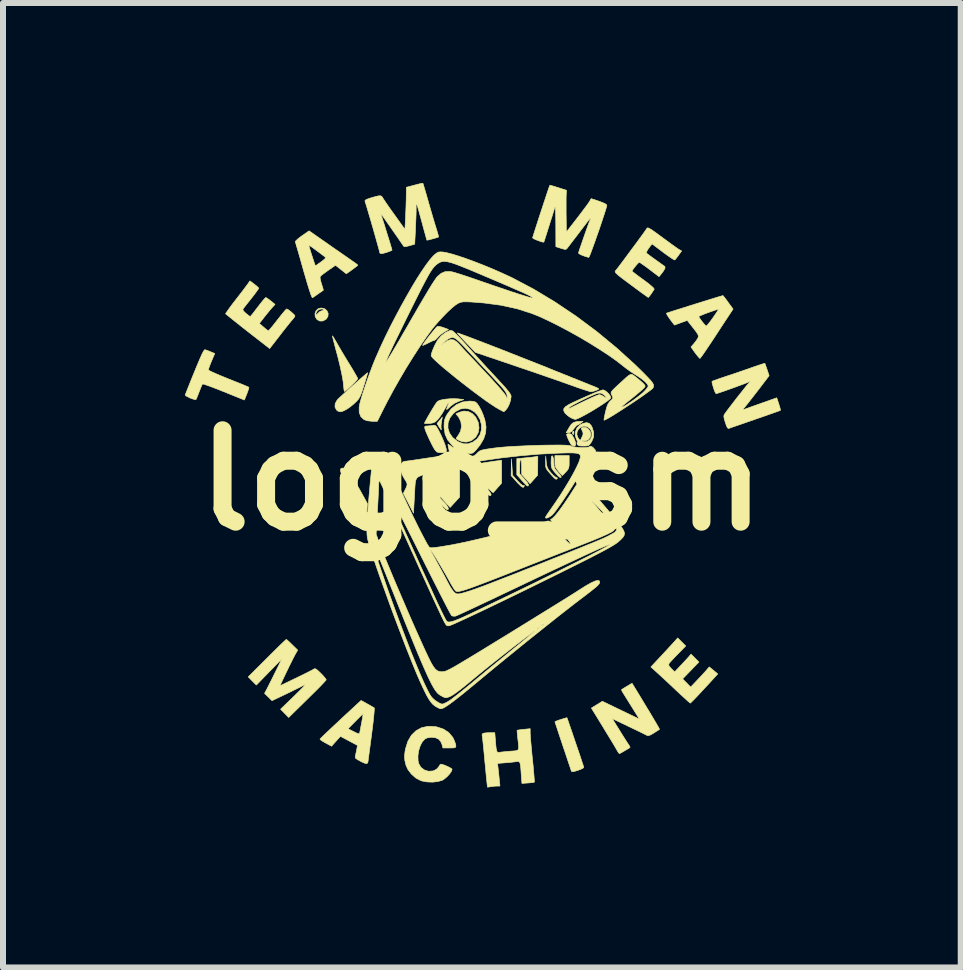
<source format=kicad_pcb>
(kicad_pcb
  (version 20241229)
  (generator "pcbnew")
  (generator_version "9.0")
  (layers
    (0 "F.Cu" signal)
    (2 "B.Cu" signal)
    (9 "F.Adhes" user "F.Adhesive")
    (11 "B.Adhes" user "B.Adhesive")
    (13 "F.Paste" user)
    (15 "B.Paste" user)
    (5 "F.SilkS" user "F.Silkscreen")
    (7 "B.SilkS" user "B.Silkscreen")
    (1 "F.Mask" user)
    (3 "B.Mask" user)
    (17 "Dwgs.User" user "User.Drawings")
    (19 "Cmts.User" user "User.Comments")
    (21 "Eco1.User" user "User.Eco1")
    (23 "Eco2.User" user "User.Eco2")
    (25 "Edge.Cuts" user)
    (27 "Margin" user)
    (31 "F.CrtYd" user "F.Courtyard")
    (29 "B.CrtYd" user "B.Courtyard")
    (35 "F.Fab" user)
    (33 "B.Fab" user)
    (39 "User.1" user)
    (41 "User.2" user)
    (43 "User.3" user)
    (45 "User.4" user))
  (footprint "logo_sm"
    (layer "F.Cu")
    (at 4.978 4.957)
    (property "Reference" "logo_sm" (at 0 0 0) (layer "F.SilkS") (effects (font (size 1.524 1.524) (thickness 0.3))))
    (attr through_hole)
    (fp_poly (pts (xy 1.54 -0.798) (xy 1.54 -0.797) (xy 1.536 -0.767) (xy 1.524 -0.767) (xy 1.515 -0.779) (xy 1.515 -0.804) (xy 1.522 -0.814) (xy 1.536 -0.82) (xy 1.54 -0.798)) (stroke (width 0.01) (type solid)) (fill yes) (layer "F.SilkS"))
    (fp_poly (pts (xy -0.668 -0.977) (xy -0.675 -0.925) (xy -0.676 -0.883) (xy -0.674 -0.87) (xy -0.669 -0.845) (xy -0.677 -0.846) (xy -0.697 -0.873) (xy -0.711 -0.894) (xy -0.742 -0.947) (xy -0.698 -1.001) (xy -0.654 -1.055) (xy -0.668 -0.977)) (stroke (width 0.01) (type solid)) (fill yes) (layer "F.SilkS"))
    (fp_poly (pts (xy 0.507 -0.221) (xy 0.516 -0.085) (xy 0.598 0.007) (xy 0.646 0.056) (xy 0.681 0.083) (xy 0.699 0.087) (xy 0.713 0.085) (xy 0.711 0.096) (xy 0.7 0.115) (xy 0.683 0.115) (xy 0.655 0.096) (xy 0.613 0.055) (xy 0.583 0.023) (xy 0.492 -0.079) (xy 0.495 -0.218) (xy 0.498 -0.357) (xy 0.507 -0.221)) (stroke (width 0.01) (type solid)) (fill yes) (layer "F.SilkS"))
    (fp_poly (pts (xy 1.487 -0.773) (xy 1.509 -0.754) (xy 1.533 -0.713) (xy 1.537 -0.706) (xy 1.564 -0.639) (xy 1.57 -0.594) (xy 1.554 -0.573) (xy 1.542 -0.572) (xy 1.508 -0.581) (xy 1.496 -0.591) (xy 1.473 -0.628) (xy 1.447 -0.68) (xy 1.426 -0.731) (xy 1.422 -0.742) (xy 1.418 -0.768) (xy 1.434 -0.777) (xy 1.456 -0.778) (xy 1.487 -0.773)) (stroke (width 0.01) (type solid)) (fill yes) (layer "F.SilkS"))
    (fp_poly (pts (xy 1.651 -0.953) (xy 1.618 -0.93) (xy 1.596 -0.921) (xy 1.595 -0.921) (xy 1.578 -0.908) (xy 1.551 -0.877) (xy 1.536 -0.857) (xy 1.5 -0.813) (xy 1.466 -0.795) (xy 1.451 -0.794) (xy 1.41 -0.794) (xy 1.457 -0.877) (xy 1.493 -0.932) (xy 1.532 -0.964) (xy 1.583 -0.979) (xy 1.635 -0.982) (xy 1.691 -0.984) (xy 1.651 -0.953)) (stroke (width 0.01) (type solid)) (fill yes) (layer "F.SilkS"))
    (fp_poly (pts (xy -0.865 0.284) (xy -0.764 0.397) (xy -0.716 0.449) (xy -0.684 0.48) (xy -0.662 0.494) (xy -0.646 0.494) (xy -0.637 0.489) (xy -0.62 0.476) (xy -0.625 0.485) (xy -0.633 0.496) (xy -0.655 0.518) (xy -0.666 0.524) (xy -0.681 0.513) (xy -0.711 0.483) (xy -0.753 0.439) (xy -0.783 0.406) (xy -0.889 0.288) (xy -0.883 -0.087) (xy -0.865 0.284)) (stroke (width 0.01) (type solid)) (fill yes) (layer "F.SilkS"))
    (fp_poly (pts (xy 1.46 -0.306) (xy 1.459 -0.246) (xy 1.452 -0.207) (xy 1.437 -0.177) (xy 1.408 -0.143) (xy 1.404 -0.139) (xy 1.372 -0.105) (xy 1.351 -0.084) (xy 1.345 -0.08) (xy 1.334 -0.091) (xy 1.308 -0.12) (xy 1.282 -0.15) (xy 1.248 -0.193) (xy 1.23 -0.228) (xy 1.223 -0.27) (xy 1.222 -0.316) (xy 1.222 -0.413) (xy 1.46 -0.413) (xy 1.46 -0.306)) (stroke (width 0.01) (type solid)) (fill yes) (layer "F.SilkS"))
    (fp_poly (pts (xy 1.078 -0.305) (xy 1.086 -0.246) (xy 1.1 -0.203) (xy 1.127 -0.162) (xy 1.156 -0.127) (xy 1.194 -0.086) (xy 1.228 -0.058) (xy 1.248 -0.048) (xy 1.264 -0.04) (xy 1.262 -0.032) (xy 1.25 -0.019) (xy 1.234 -0.021) (xy 1.209 -0.04) (xy 1.172 -0.08) (xy 1.145 -0.11) (xy 1.104 -0.158) (xy 1.08 -0.192) (xy 1.069 -0.224) (xy 1.066 -0.262) (xy 1.066 -0.304) (xy 1.069 -0.405) (xy 1.078 -0.305)) (stroke (width 0.01) (type solid)) (fill yes) (layer "F.SilkS"))
    (fp_poly (pts (xy -0.151 -0.239) (xy -0.146 -0.197) (xy -0.143 -0.132) (xy -0.143 -0.096) (xy -0.143 0.062) (xy -0.045 0.167) (xy 0.005 0.218) (xy 0.039 0.247) (xy 0.059 0.255) (xy 0.067 0.251) (xy 0.078 0.239) (xy 0.076 0.253) (xy 0.065 0.274) (xy 0.046 0.276) (xy 0.017 0.258) (xy -0.026 0.217) (xy -0.069 0.17) (xy -0.175 0.052) (xy -0.175 -0.101) (xy -0.173 -0.173) (xy -0.169 -0.225) (xy -0.162 -0.251) (xy -0.159 -0.254) (xy -0.151 -0.239)) (stroke (width 0.01) (type solid)) (fill yes) (layer "F.SilkS"))
    (fp_poly (pts (xy 1.179 -0.409) (xy 1.191 -0.389) (xy 1.2 -0.342) (xy 1.203 -0.3) (xy 1.208 -0.243) (xy 1.217 -0.204) (xy 1.237 -0.171) (xy 1.274 -0.131) (xy 1.274 -0.131) (xy 1.314 -0.085) (xy 1.327 -0.056) (xy 1.324 -0.048) (xy 1.305 -0.049) (xy 1.271 -0.078) (xy 1.233 -0.118) (xy 1.195 -0.164) (xy 1.172 -0.199) (xy 1.162 -0.233) (xy 1.159 -0.28) (xy 1.159 -0.31) (xy 1.161 -0.369) (xy 1.166 -0.401) (xy 1.177 -0.409) (xy 1.179 -0.409)) (stroke (width 0.01) (type solid)) (fill yes) (layer "F.SilkS"))
    (fp_poly (pts (xy -0.221 -1.147) (xy -0.154 -1.112) (xy -0.098 -1.053) (xy -0.059 -0.973) (xy -0.055 -0.962) (xy -0.043 -0.874) (xy -0.058 -0.792) (xy -0.097 -0.722) (xy -0.158 -0.67) (xy -0.185 -0.657) (xy -0.252 -0.638) (xy -0.315 -0.643) (xy -0.364 -0.66) (xy -0.407 -0.68) (xy -0.423 -0.695) (xy -0.416 -0.715) (xy -0.392 -0.746) (xy -0.351 -0.817) (xy -0.335 -0.898) (xy -0.346 -0.979) (xy -0.382 -1.052) (xy -0.389 -1.061) (xy -0.428 -1.108) (xy -0.371 -1.135) (xy -0.295 -1.155) (xy -0.221 -1.147)) (stroke (width 0.01) (type solid)) (fill yes) (layer "F.SilkS"))
    (fp_poly (pts (xy -0.709 -2.566) (xy -0.665 -2.556) (xy -0.632 -2.545) (xy -0.551 -2.514) (xy -0.625 -2.471) (xy -0.675 -2.436) (xy -0.718 -2.398) (xy -0.733 -2.381) (xy -0.761 -2.35) (xy -0.784 -2.334) (xy -0.787 -2.334) (xy -0.811 -2.327) (xy -0.852 -2.308) (xy -0.895 -2.287) (xy -0.941 -2.264) (xy -0.973 -2.251) (xy -0.984 -2.25) (xy -0.975 -2.268) (xy -0.95 -2.305) (xy -0.914 -2.354) (xy -0.872 -2.409) (xy -0.828 -2.463) (xy -0.788 -2.512) (xy -0.757 -2.548) (xy -0.738 -2.566) (xy -0.737 -2.567) (xy -0.709 -2.566)) (stroke (width 0.01) (type solid)) (fill yes) (layer "F.SilkS"))
    (fp_poly (pts (xy -0.375 -0.21) (xy -0.37 -0.19) (xy -0.367 -0.152) (xy -0.366 -0.094) (xy -0.366 -0.009) (xy -0.366 0.027) (xy -0.366 0.278) (xy -0.445 0.365) (xy -0.524 0.452) (xy -0.697 0.262) (xy -0.708 -0.024) (xy -0.711 0.128) (xy -0.714 0.28) (xy -0.657 0.334) (xy -0.596 0.397) (xy -0.562 0.444) (xy -0.553 0.476) (xy -0.56 0.489) (xy -0.576 0.489) (xy -0.604 0.471) (xy -0.645 0.43) (xy -0.679 0.393) (xy -0.778 0.281) (xy -0.778 -0.122) (xy -0.599 -0.165) (xy -0.526 -0.183) (xy -0.462 -0.199) (xy -0.415 -0.211) (xy -0.393 -0.216) (xy -0.382 -0.217) (xy -0.375 -0.21)) (stroke (width 0.01) (type solid)) (fill yes) (layer "F.SilkS"))
    (fp_poly (pts (xy -2.28 -0.199) (xy -2.253 -0.181) (xy -2.222 -0.151) (xy -2.187 -0.104) (xy -2.144 -0.038) (xy -2.092 0.049) (xy -2.029 0.16) (xy -1.977 0.254) (xy -1.903 0.388) (xy -1.914 0.527) (xy -1.92 0.589) (xy -1.927 0.637) (xy -1.933 0.664) (xy -1.935 0.667) (xy -1.947 0.654) (xy -1.968 0.619) (xy -1.993 0.569) (xy -1.998 0.56) (xy -2.022 0.511) (xy -2.058 0.442) (xy -2.102 0.357) (xy -2.151 0.264) (xy -2.201 0.171) (xy -2.261 0.057) (xy -2.305 -0.032) (xy -2.335 -0.1) (xy -2.35 -0.148) (xy -2.353 -0.18) (xy -2.344 -0.197) (xy -2.332 -0.202) (xy -2.306 -0.205) (xy -2.28 -0.199)) (stroke (width 0.01) (type solid)) (fill yes) (layer "F.SilkS"))
    (fp_poly (pts (xy -0.771 -0.913) (xy -0.752 -0.894) (xy -0.728 -0.853) (xy -0.716 -0.832) (xy -0.675 -0.75) (xy -0.639 -0.669) (xy -0.61 -0.594) (xy -0.592 -0.534) (xy -0.587 -0.501) (xy -0.59 -0.477) (xy -0.603 -0.465) (xy -0.634 -0.461) (xy -0.666 -0.46) (xy -0.716 -0.463) (xy -0.747 -0.474) (xy -0.771 -0.499) (xy -0.778 -0.508) (xy -0.803 -0.548) (xy -0.834 -0.608) (xy -0.869 -0.678) (xy -0.901 -0.749) (xy -0.928 -0.812) (xy -0.944 -0.857) (xy -0.945 -0.861) (xy -0.949 -0.893) (xy -0.936 -0.904) (xy -0.919 -0.905) (xy -0.877 -0.908) (xy -0.827 -0.914) (xy -0.824 -0.915) (xy -0.792 -0.919) (xy -0.771 -0.913)) (stroke (width 0.01) (type solid)) (fill yes) (layer "F.SilkS"))
    (fp_poly (pts (xy 0.333 0.048) (xy 0.266 0.123) (xy 0.231 0.163) (xy 0.205 0.193) (xy 0.194 0.205) (xy 0.182 0.199) (xy 0.153 0.174) (xy 0.113 0.137) (xy 0.103 0.127) (xy 0.017 0.042) (xy 0.012 -0.102) (xy 0.007 -0.246) (xy 0.003 -0.103) (xy 0.000142 0.04) (xy 0.087 0.137) (xy 0.131 0.188) (xy 0.154 0.221) (xy 0.159 0.242) (xy 0.153 0.252) (xy 0.138 0.255) (xy 0.114 0.241) (xy 0.078 0.207) (xy 0.034 0.159) (xy -0.065 0.049) (xy -0.06 -0.114) (xy -0.056 -0.277) (xy 0.056 -0.295) (xy 0.127 -0.306) (xy 0.201 -0.317) (xy 0.25 -0.324) (xy 0.333 -0.334) (xy 0.333 0.048)) (stroke (width 0.01) (type solid)) (fill yes) (layer "F.SilkS"))
    (fp_poly (pts (xy -2.617 -2.861) (xy -2.578 -2.828) (xy -2.558 -2.784) (xy -2.561 -2.734) (xy -2.591 -2.687) (xy -2.593 -2.686) (xy -2.643 -2.657) (xy -2.696 -2.655) (xy -2.744 -2.681) (xy -2.746 -2.683) (xy -2.774 -2.729) (xy -2.777 -2.774) (xy -2.762 -2.774) (xy -2.76 -2.755) (xy -2.75 -2.76) (xy -2.729 -2.784) (xy -2.698 -2.813) (xy -2.667 -2.826) (xy -2.666 -2.826) (xy -2.641 -2.833) (xy -2.635 -2.842) (xy -2.648 -2.855) (xy -2.677 -2.856) (xy -2.711 -2.846) (xy -2.733 -2.831) (xy -2.756 -2.798) (xy -2.762 -2.774) (xy -2.777 -2.774) (xy -2.778 -2.78) (xy -2.76 -2.827) (xy -2.724 -2.861) (xy -2.674 -2.873) (xy -2.617 -2.861)) (stroke (width 0.01) (type solid)) (fill yes) (layer "F.SilkS"))
    (fp_poly (pts (xy -1.903 -1.78) (xy -1.913 -1.741) (xy -1.93 -1.682) (xy -1.952 -1.61) (xy -1.961 -1.582) (xy -1.988 -1.497) (xy -2.01 -1.435) (xy -2.03 -1.391) (xy -2.05 -1.357) (xy -2.075 -1.327) (xy -2.108 -1.295) (xy -2.11 -1.292) (xy -2.182 -1.231) (xy -2.252 -1.183) (xy -2.314 -1.152) (xy -2.357 -1.143) (xy -2.395 -1.154) (xy -2.418 -1.172) (xy -2.444 -1.221) (xy -2.441 -1.278) (xy -2.41 -1.335) (xy -2.384 -1.364) (xy -2.338 -1.406) (xy -2.281 -1.459) (xy -2.216 -1.518) (xy -2.148 -1.579) (xy -2.081 -1.639) (xy -2.018 -1.694) (xy -1.965 -1.74) (xy -1.926 -1.774) (xy -1.904 -1.792) (xy -1.901 -1.794) (xy -1.903 -1.78)) (stroke (width 0.01) (type solid)) (fill yes) (layer "F.SilkS"))
    (fp_poly (pts (xy 0.936 -0.243) (xy 0.935 -0.087) (xy 0.872 -0.016) (xy 0.808 0.056) (xy 0.737 -0.023) (xy 0.667 -0.102) (xy 0.667 -0.226) (xy 0.665 -0.287) (xy 0.66 -0.331) (xy 0.652 -0.349) (xy 0.651 -0.349) (xy 0.643 -0.334) (xy 0.637 -0.294) (xy 0.635 -0.235) (xy 0.635 -0.228) (xy 0.635 -0.108) (xy 0.714 -0.021) (xy 0.761 0.035) (xy 0.782 0.073) (xy 0.778 0.092) (xy 0.765 0.095) (xy 0.749 0.084) (xy 0.72 0.055) (xy 0.681 0.013) (xy 0.67 0.001) (xy 0.587 -0.093) (xy 0.587 -0.362) (xy 0.702 -0.372) (xy 0.77 -0.379) (xy 0.833 -0.385) (xy 0.877 -0.391) (xy 0.937 -0.4) (xy 0.936 -0.243)) (stroke (width 0.01) (type solid)) (fill yes) (layer "F.SilkS"))
    (fp_poly (pts (xy -2.477 -2.397) (xy -2.457 -2.364) (xy -2.428 -2.315) (xy -2.409 -2.282) (xy -2.374 -2.221) (xy -2.327 -2.141) (xy -2.274 -2.052) (xy -2.22 -1.963) (xy -2.2 -1.931) (xy -2.154 -1.856) (xy -2.115 -1.789) (xy -2.085 -1.737) (xy -2.067 -1.704) (xy -2.064 -1.694) (xy -2.075 -1.679) (xy -2.103 -1.648) (xy -2.142 -1.608) (xy -2.186 -1.566) (xy -2.228 -1.526) (xy -2.263 -1.496) (xy -2.284 -1.481) (xy -2.284 -1.48) (xy -2.29 -1.492) (xy -2.296 -1.527) (xy -2.299 -1.56) (xy -2.308 -1.647) (xy -2.328 -1.76) (xy -2.357 -1.896) (xy -2.394 -2.049) (xy -2.428 -2.174) (xy -2.449 -2.255) (xy -2.467 -2.323) (xy -2.48 -2.375) (xy -2.486 -2.404) (xy -2.486 -2.408) (xy -2.477 -2.397)) (stroke (width 0.01) (type solid)) (fill yes) (layer "F.SilkS"))
    (fp_poly (pts (xy 1.423 3.958) (xy 1.429 3.973) (xy 1.443 4.013) (xy 1.464 4.075) (xy 1.491 4.152) (xy 1.521 4.24) (xy 1.553 4.335) (xy 1.586 4.432) (xy 1.618 4.525) (xy 1.647 4.611) (xy 1.671 4.685) (xy 1.69 4.741) (xy 1.701 4.776) (xy 1.703 4.784) (xy 1.692 4.797) (xy 1.659 4.814) (xy 1.615 4.831) (xy 1.567 4.846) (xy 1.527 4.855) (xy 1.502 4.855) (xy 1.499 4.852) (xy 1.491 4.829) (xy 1.475 4.781) (xy 1.452 4.714) (xy 1.425 4.633) (xy 1.395 4.542) (xy 1.362 4.446) (xy 1.33 4.35) (xy 1.299 4.257) (xy 1.272 4.175) (xy 1.249 4.105) (xy 1.232 4.055) (xy 1.223 4.027) (xy 1.222 4.024) (xy 1.236 4.017) (xy 1.27 4.003) (xy 1.316 3.988) (xy 1.363 3.973) (xy 1.401 3.962) (xy 1.422 3.957) (xy 1.423 3.958)) (stroke (width 0.01) (type solid)) (fill yes) (layer "F.SilkS"))
    (fp_poly (pts (xy -0.388 -1.358) (xy -0.296 -1.346) (xy -0.379 -1.318) (xy -0.452 -1.284) (xy -0.517 -1.236) (xy -0.525 -1.229) (xy -0.563 -1.193) (xy -0.582 -1.18) (xy -0.583 -1.193) (xy -0.569 -1.231) (xy -0.563 -1.246) (xy -0.546 -1.29) (xy -0.542 -1.308) (xy -0.551 -1.3) (xy -0.571 -1.268) (xy -0.601 -1.213) (xy -0.609 -1.198) (xy -0.646 -1.133) (xy -0.687 -1.07) (xy -0.724 -1.022) (xy -0.727 -1.018) (xy -0.767 -0.979) (xy -0.804 -0.959) (xy -0.852 -0.95) (xy -0.869 -0.948) (xy -0.916 -0.946) (xy -0.946 -0.948) (xy -0.953 -0.951) (xy -0.945 -0.97) (xy -0.924 -1.008) (xy -0.895 -1.061) (xy -0.86 -1.12) (xy -0.825 -1.18) (xy -0.791 -1.235) (xy -0.765 -1.276) (xy -0.753 -1.293) (xy -0.732 -1.316) (xy -0.703 -1.332) (xy -0.659 -1.343) (xy -0.601 -1.353) (xy -0.526 -1.36) (xy -0.448 -1.361) (xy -0.388 -1.358)) (stroke (width 0.01) (type solid)) (fill yes) (layer "F.SilkS"))
    (fp_poly (pts (xy -0.389 -2.453) (xy -0.347 -2.438) (xy -0.28 -2.414) (xy -0.192 -2.381) (xy -0.085 -2.34) (xy 0.038 -2.293) (xy 0.175 -2.24) (xy 0.322 -2.183) (xy 0.477 -2.122) (xy 0.637 -2.059) (xy 0.801 -1.994) (xy 0.964 -1.93) (xy 1.124 -1.866) (xy 1.214 -1.829) (xy 1.352 -1.774) (xy 1.481 -1.722) (xy 1.599 -1.675) (xy 1.703 -1.633) (xy 1.789 -1.598) (xy 1.855 -1.572) (xy 1.896 -1.555) (xy 1.909 -1.55) (xy 1.94 -1.535) (xy 1.953 -1.524) (xy 1.939 -1.512) (xy 1.906 -1.498) (xy 1.865 -1.485) (xy 1.828 -1.478) (xy 1.817 -1.478) (xy 1.793 -1.484) (xy 1.745 -1.499) (xy 1.676 -1.521) (xy 1.592 -1.55) (xy 1.497 -1.584) (xy 1.46 -1.597) (xy 1.37 -1.629) (xy 1.255 -1.67) (xy 1.121 -1.716) (xy 0.975 -1.767) (xy 0.821 -1.82) (xy 0.667 -1.872) (xy 0.516 -1.923) (xy 0.516 -1.924) (xy -0.103 -2.133) (xy -0.256 -2.293) (xy -0.311 -2.351) (xy -0.357 -2.4) (xy -0.389 -2.436) (xy -0.404 -2.455) (xy -0.405 -2.457) (xy -0.389 -2.453)) (stroke (width 0.01) (type solid)) (fill yes) (layer "F.SilkS"))
    (fp_poly (pts (xy 3.336 2.694) (xy 3.403 2.761) (xy 3.27 2.897) (xy 3.216 2.952) (xy 3.171 3.001) (xy 3.137 3.038) (xy 3.122 3.058) (xy 3.119 3.081) (xy 3.138 3.111) (xy 3.163 3.138) (xy 3.218 3.193) (xy 3.313 3.093) (xy 3.363 3.04) (xy 3.409 2.99) (xy 3.444 2.952) (xy 3.45 2.945) (xy 3.491 2.897) (xy 3.557 2.963) (xy 3.623 3.029) (xy 3.487 3.169) (xy 3.351 3.31) (xy 3.418 3.378) (xy 3.485 3.446) (xy 3.588 3.338) (xy 3.641 3.282) (xy 3.692 3.227) (xy 3.733 3.182) (xy 3.743 3.17) (xy 3.795 3.11) (xy 3.866 3.168) (xy 3.937 3.227) (xy 3.87 3.3) (xy 3.778 3.401) (xy 3.694 3.491) (xy 3.621 3.57) (xy 3.56 3.634) (xy 3.515 3.68) (xy 3.486 3.708) (xy 3.478 3.714) (xy 3.464 3.703) (xy 3.431 3.674) (xy 3.382 3.629) (xy 3.321 3.573) (xy 3.251 3.508) (xy 3.238 3.496) (xy 3.16 3.422) (xy 3.083 3.35) (xy 3.012 3.284) (xy 2.954 3.231) (xy 2.915 3.195) (xy 2.822 3.111) (xy 2.995 2.926) (xy 3.058 2.858) (xy 3.118 2.793) (xy 3.169 2.738) (xy 3.206 2.697) (xy 3.218 2.685) (xy 3.268 2.627) (xy 3.336 2.694)) (stroke (width 0.01) (type solid)) (fill yes) (layer "F.SilkS"))
    (fp_poly (pts (xy -4.611 -2.178) (xy -4.582 -2.169) (xy -4.538 -2.152) (xy -4.517 -2.143) (xy -4.448 -2.114) (xy -4.503 -1.985) (xy -4.527 -1.926) (xy -4.545 -1.876) (xy -4.553 -1.845) (xy -4.553 -1.839) (xy -4.537 -1.828) (xy -4.496 -1.808) (xy -4.433 -1.78) (xy -4.355 -1.746) (xy -4.263 -1.709) (xy -4.217 -1.69) (xy -4.122 -1.652) (xy -4.036 -1.618) (xy -3.965 -1.589) (xy -3.913 -1.567) (xy -3.884 -1.554) (xy -3.88 -1.552) (xy -3.881 -1.534) (xy -3.893 -1.496) (xy -3.912 -1.444) (xy -3.913 -1.441) (xy -3.954 -1.339) (xy -4.299 -1.478) (xy -4.396 -1.517) (xy -4.484 -1.551) (xy -4.558 -1.578) (xy -4.613 -1.597) (xy -4.646 -1.606) (xy -4.653 -1.606) (xy -4.663 -1.587) (xy -4.68 -1.546) (xy -4.702 -1.491) (xy -4.708 -1.476) (xy -4.73 -1.419) (xy -4.748 -1.374) (xy -4.76 -1.349) (xy -4.761 -1.347) (xy -4.78 -1.347) (xy -4.818 -1.357) (xy -4.858 -1.372) (xy -4.903 -1.394) (xy -4.934 -1.412) (xy -4.941 -1.423) (xy -4.934 -1.441) (xy -4.917 -1.484) (xy -4.892 -1.548) (xy -4.859 -1.63) (xy -4.821 -1.725) (xy -4.786 -1.81) (xy -4.736 -1.932) (xy -4.696 -2.026) (xy -4.665 -2.096) (xy -4.641 -2.143) (xy -4.624 -2.169) (xy -4.612 -2.178) (xy -4.611 -2.178)) (stroke (width 0.01) (type solid)) (fill yes) (layer "F.SilkS"))
    (fp_poly (pts (xy 2.529 3.417) (xy 2.633 3.587) (xy 2.723 3.737) (xy 2.801 3.865) (xy 2.864 3.971) (xy 2.912 4.053) (xy 2.946 4.111) (xy 2.963 4.144) (xy 2.966 4.151) (xy 2.951 4.161) (xy 2.916 4.183) (xy 2.873 4.211) (xy 2.82 4.242) (xy 2.786 4.255) (xy 2.762 4.254) (xy 2.755 4.251) (xy 2.732 4.239) (xy 2.686 4.216) (xy 2.621 4.184) (xy 2.542 4.146) (xy 2.454 4.104) (xy 2.452 4.103) (xy 2.178 3.972) (xy 2.298 4.165) (xy 2.343 4.238) (xy 2.386 4.306) (xy 2.421 4.361) (xy 2.445 4.397) (xy 2.449 4.402) (xy 2.468 4.433) (xy 2.475 4.451) (xy 2.474 4.452) (xy 2.455 4.466) (xy 2.419 4.488) (xy 2.376 4.513) (xy 2.335 4.537) (xy 2.305 4.553) (xy 2.297 4.556) (xy 2.284 4.543) (xy 2.264 4.512) (xy 2.26 4.505) (xy 2.244 4.477) (xy 2.215 4.426) (xy 2.174 4.358) (xy 2.124 4.276) (xy 2.068 4.185) (xy 2.032 4.125) (xy 1.83 3.796) (xy 1.921 3.74) (xy 2.013 3.683) (xy 2.631 3.981) (xy 2.501 3.772) (xy 2.454 3.697) (xy 2.412 3.63) (xy 2.378 3.575) (xy 2.355 3.538) (xy 2.349 3.529) (xy 2.335 3.501) (xy 2.334 3.488) (xy 2.351 3.477) (xy 2.386 3.455) (xy 2.425 3.432) (xy 2.508 3.382) (xy 2.529 3.417)) (stroke (width 0.01) (type solid)) (fill yes) (layer "F.SilkS"))
    (fp_poly (pts (xy 1.794 -0.95) (xy 1.828 -0.912) (xy 1.843 -0.883) (xy 1.869 -0.798) (xy 1.867 -0.721) (xy 1.835 -0.645) (xy 1.83 -0.638) (xy 1.804 -0.6) (xy 1.781 -0.58) (xy 1.75 -0.573) (xy 1.698 -0.572) (xy 1.697 -0.572) (xy 1.64 -0.574) (xy 1.609 -0.583) (xy 1.597 -0.597) (xy 1.588 -0.626) (xy 1.595 -0.631) (xy 1.604 -0.627) (xy 1.607 -0.632) (xy 1.596 -0.657) (xy 1.588 -0.669) (xy 1.562 -0.74) (xy 1.562 -0.761) (xy 1.588 -0.761) (xy 1.608 -0.709) (xy 1.616 -0.698) (xy 1.645 -0.662) (xy 1.673 -0.721) (xy 1.69 -0.761) (xy 1.691 -0.791) (xy 1.678 -0.825) (xy 1.677 -0.826) (xy 1.663 -0.858) (xy 1.666 -0.874) (xy 1.69 -0.882) (xy 1.692 -0.883) (xy 1.74 -0.881) (xy 1.782 -0.855) (xy 1.811 -0.813) (xy 1.822 -0.764) (xy 1.81 -0.716) (xy 1.774 -0.675) (xy 1.726 -0.657) (xy 1.694 -0.659) (xy 1.672 -0.664) (xy 1.677 -0.656) (xy 1.683 -0.652) (xy 1.722 -0.641) (xy 1.768 -0.652) (xy 1.81 -0.681) (xy 1.814 -0.685) (xy 1.838 -0.736) (xy 1.839 -0.795) (xy 1.816 -0.85) (xy 1.803 -0.866) (xy 1.754 -0.897) (xy 1.703 -0.903) (xy 1.655 -0.887) (xy 1.617 -0.855) (xy 1.593 -0.811) (xy 1.588 -0.761) (xy 1.562 -0.761) (xy 1.563 -0.811) (xy 1.591 -0.875) (xy 1.641 -0.925) (xy 1.69 -0.949) (xy 1.75 -0.962) (xy 1.794 -0.95)) (stroke (width 0.01) (type solid)) (fill yes) (layer "F.SilkS"))
    (fp_poly (pts (xy -1.906 3.726) (xy -1.854 3.755) (xy -1.813 3.779) (xy -1.79 3.793) (xy -1.789 3.794) (xy -1.788 3.812) (xy -1.791 3.857) (xy -1.797 3.925) (xy -1.806 4.012) (xy -1.818 4.114) (xy -1.832 4.224) (xy -1.847 4.338) (xy -1.861 4.443) (xy -1.873 4.534) (xy -1.883 4.608) (xy -1.89 4.659) (xy -1.892 4.682) (xy -1.899 4.71) (xy -1.915 4.722) (xy -1.944 4.717) (xy -1.993 4.696) (xy -2.022 4.681) (xy -2.071 4.654) (xy -2.098 4.635) (xy -2.107 4.616) (xy -2.104 4.593) (xy -2.104 4.592) (xy -2.094 4.549) (xy -2.083 4.495) (xy -2.081 4.485) (xy -2.069 4.419) (xy -2.211 4.343) (xy -2.353 4.267) (xy -2.427 4.349) (xy -2.501 4.432) (xy -2.6 4.379) (xy -2.648 4.351) (xy -2.682 4.328) (xy -2.694 4.314) (xy -2.694 4.314) (xy -2.682 4.3) (xy -2.65 4.268) (xy -2.6 4.22) (xy -2.535 4.159) (xy -2.516 4.141) (xy -2.227 4.141) (xy -2.133 4.188) (xy -2.086 4.211) (xy -2.051 4.224) (xy -2.036 4.225) (xy -2.032 4.206) (xy -2.023 4.163) (xy -2.012 4.102) (xy -2.002 4.052) (xy -1.99 3.985) (xy -1.981 3.931) (xy -1.976 3.898) (xy -1.975 3.889) (xy -1.986 3.9) (xy -2.015 3.928) (xy -2.058 3.971) (xy -2.102 4.015) (xy -2.227 4.141) (xy -2.516 4.141) (xy -2.459 4.087) (xy -2.374 4.008) (xy -2.35 3.985) (xy -2.009 3.669) (xy -1.906 3.726)) (stroke (width 0.01) (type solid)) (fill yes) (layer "F.SilkS"))
    (fp_poly (pts (xy -0.77 4.106) (xy -0.743 4.111) (xy -0.635 4.147) (xy -0.547 4.205) (xy -0.482 4.283) (xy -0.469 4.306) (xy -0.447 4.358) (xy -0.432 4.403) (xy -0.429 4.424) (xy -0.431 4.444) (xy -0.442 4.455) (xy -0.469 4.46) (xy -0.518 4.461) (xy -0.537 4.461) (xy -0.645 4.461) (xy -0.66 4.403) (xy -0.681 4.355) (xy -0.713 4.317) (xy -0.716 4.314) (xy -0.771 4.29) (xy -0.839 4.283) (xy -0.904 4.293) (xy -0.941 4.309) (xy -0.985 4.354) (xy -1.022 4.422) (xy -1.048 4.504) (xy -1.061 4.59) (xy -1.059 4.673) (xy -1.049 4.72) (xy -1.013 4.783) (xy -0.956 4.827) (xy -0.888 4.849) (xy -0.815 4.845) (xy -0.787 4.836) (xy -0.745 4.81) (xy -0.715 4.776) (xy -0.712 4.771) (xy -0.694 4.742) (xy -0.681 4.731) (xy -0.65 4.737) (xy -0.607 4.752) (xy -0.56 4.773) (xy -0.52 4.794) (xy -0.495 4.811) (xy -0.492 4.817) (xy -0.504 4.852) (xy -0.535 4.896) (xy -0.578 4.942) (xy -0.625 4.981) (xy -0.654 4.999) (xy -0.728 5.021) (xy -0.818 5.031) (xy -0.913 5.027) (xy -1.001 5.01) (xy -1.014 5.005) (xy -1.095 4.963) (xy -1.169 4.898) (xy -1.228 4.821) (xy -1.261 4.748) (xy -1.28 4.666) (xy -1.285 4.592) (xy -1.275 4.511) (xy -1.268 4.474) (xy -1.229 4.35) (xy -1.17 4.249) (xy -1.092 4.173) (xy -0.999 4.123) (xy -0.891 4.1) (xy -0.77 4.106)) (stroke (width 0.01) (type solid)) (fill yes) (layer "F.SilkS"))
    (fp_poly (pts (xy 2.055 -1.497) (xy 2.091 -1.47) (xy 2.125 -1.435) (xy 2.149 -1.4) (xy 2.155 -1.376) (xy 2.138 -1.356) (xy 2.098 -1.324) (xy 2.04 -1.283) (xy 1.97 -1.237) (xy 1.892 -1.188) (xy 1.812 -1.14) (xy 1.734 -1.096) (xy 1.665 -1.059) (xy 1.609 -1.032) (xy 1.571 -1.017) (xy 1.562 -1.016) (xy 1.53 -1.024) (xy 1.487 -1.044) (xy 1.472 -1.052) (xy 1.429 -1.084) (xy 1.394 -1.117) (xy 1.388 -1.124) (xy 1.369 -1.162) (xy 1.371 -1.195) (xy 1.371 -1.195) (xy 1.448 -1.195) (xy 1.453 -1.193) (xy 1.472 -1.202) (xy 1.514 -1.223) (xy 1.574 -1.252) (xy 1.648 -1.289) (xy 1.7 -1.314) (xy 1.781 -1.353) (xy 1.853 -1.386) (xy 1.912 -1.411) (xy 1.952 -1.426) (xy 1.964 -1.429) (xy 1.999 -1.419) (xy 2.037 -1.396) (xy 2.038 -1.396) (xy 2.065 -1.378) (xy 2.079 -1.377) (xy 2.08 -1.379) (xy 2.068 -1.398) (xy 2.04 -1.425) (xy 2.036 -1.429) (xy 1.991 -1.454) (xy 1.945 -1.453) (xy 1.909 -1.442) (xy 1.854 -1.419) (xy 1.785 -1.389) (xy 1.71 -1.353) (xy 1.635 -1.316) (xy 1.566 -1.279) (xy 1.509 -1.248) (xy 1.471 -1.224) (xy 1.46 -1.215) (xy 1.448 -1.195) (xy 1.371 -1.195) (xy 1.398 -1.227) (xy 1.45 -1.261) (xy 1.511 -1.292) (xy 1.659 -1.36) (xy 1.784 -1.415) (xy 1.884 -1.458) (xy 1.96 -1.488) (xy 2.009 -1.505) (xy 2.026 -1.508) (xy 2.055 -1.497)) (stroke (width 0.01) (type solid)) (fill yes) (layer "F.SilkS"))
    (fp_poly (pts (xy -3.241 2.662) (xy -3.21 2.689) (xy -3.169 2.729) (xy -3.157 2.741) (xy -3.066 2.83) (xy -3.112 2.911) (xy -3.135 2.955) (xy -3.168 3.021) (xy -3.207 3.099) (xy -3.247 3.183) (xy -3.26 3.209) (xy -3.362 3.425) (xy -3.099 3.299) (xy -3.013 3.257) (xy -2.935 3.219) (xy -2.87 3.186) (xy -2.824 3.162) (xy -2.803 3.15) (xy -2.786 3.14) (xy -2.768 3.142) (xy -2.743 3.158) (xy -2.707 3.191) (xy -2.679 3.218) (xy -2.637 3.262) (xy -2.606 3.299) (xy -2.591 3.322) (xy -2.59 3.325) (xy -2.602 3.34) (xy -2.633 3.374) (xy -2.681 3.425) (xy -2.743 3.488) (xy -2.817 3.561) (xy -2.898 3.641) (xy -2.904 3.647) (xy -3.216 3.953) (xy -3.284 3.884) (xy -3.351 3.815) (xy -3.124 3.596) (xy -3.048 3.521) (xy -2.994 3.467) (xy -2.96 3.431) (xy -2.945 3.411) (xy -2.947 3.407) (xy -2.966 3.415) (xy -2.969 3.417) (xy -3.008 3.438) (xy -3.07 3.469) (xy -3.146 3.506) (xy -3.229 3.547) (xy -3.267 3.565) (xy -3.494 3.673) (xy -3.556 3.612) (xy -3.618 3.551) (xy -3.579 3.478) (xy -3.558 3.437) (xy -3.527 3.375) (xy -3.489 3.3) (xy -3.449 3.218) (xy -3.435 3.191) (xy -3.33 2.977) (xy -3.543 3.195) (xy -3.755 3.413) (xy -3.823 3.345) (xy -3.89 3.276) (xy -3.577 2.964) (xy -3.495 2.882) (xy -3.421 2.809) (xy -3.357 2.746) (xy -3.306 2.697) (xy -3.271 2.665) (xy -3.256 2.651) (xy -3.255 2.651) (xy -3.241 2.662)) (stroke (width 0.01) (type solid)) (fill yes) (layer "F.SilkS"))
    (fp_poly (pts (xy -0.196 -1.321) (xy -0.146 -1.317) (xy -0.106 -1.307) (xy -0.1 -1.304) (xy -0.071 -1.277) (xy -0.038 -1.226) (xy -0.003 -1.16) (xy 0.028 -1.086) (xy 0.053 -1.011) (xy 0.056 -1) (xy 0.074 -0.891) (xy 0.067 -0.789) (xy 0.034 -0.69) (xy -0.026 -0.589) (xy -0.081 -0.52) (xy -0.119 -0.478) (xy -0.149 -0.455) (xy -0.178 -0.448) (xy -0.204 -0.448) (xy -0.247 -0.45) (xy -0.311 -0.453) (xy -0.381 -0.456) (xy -0.397 -0.456) (xy -0.533 -0.462) (xy -0.549 -0.532) (xy -0.558 -0.574) (xy -0.56 -0.6) (xy -0.559 -0.603) (xy -0.544 -0.594) (xy -0.514 -0.573) (xy -0.512 -0.572) (xy -0.474 -0.545) (xy -0.458 -0.541) (xy -0.465 -0.558) (xy -0.497 -0.591) (xy -0.567 -0.675) (xy -0.609 -0.769) (xy -0.624 -0.872) (xy -0.561 -0.872) (xy -0.536 -0.79) (xy -0.485 -0.716) (xy -0.409 -0.655) (xy -0.377 -0.637) (xy -0.299 -0.609) (xy -0.227 -0.608) (xy -0.15 -0.636) (xy -0.141 -0.64) (xy -0.072 -0.693) (xy -0.026 -0.762) (xy -0.003 -0.843) (xy -0.003 -0.929) (xy -0.026 -1.014) (xy -0.073 -1.093) (xy -0.116 -1.138) (xy -0.191 -1.185) (xy -0.271 -1.202) (xy -0.353 -1.189) (xy -0.433 -1.147) (xy -0.472 -1.114) (xy -0.53 -1.038) (xy -0.559 -0.956) (xy -0.561 -0.872) (xy -0.624 -0.872) (xy -0.625 -0.878) (xy -0.626 -0.897) (xy -0.624 -0.964) (xy -0.615 -1.014) (xy -0.595 -1.063) (xy -0.577 -1.096) (xy -0.507 -1.192) (xy -0.419 -1.262) (xy -0.316 -1.306) (xy -0.201 -1.321) (xy -0.196 -1.321)) (stroke (width 0.01) (type solid)) (fill yes) (layer "F.SilkS"))
    (fp_poly (pts (xy -2.552 -3.933) (xy -2.458 -3.867) (xy -2.367 -3.804) (xy -2.285 -3.747) (xy -2.217 -3.7) (xy -2.167 -3.665) (xy -2.147 -3.651) (xy -2.104 -3.621) (xy -2.074 -3.598) (xy -2.064 -3.587) (xy -2.076 -3.574) (xy -2.108 -3.549) (xy -2.152 -3.516) (xy -2.159 -3.511) (xy -2.255 -3.443) (xy -2.345 -3.514) (xy -2.435 -3.585) (xy -2.552 -3.504) (xy -2.606 -3.465) (xy -2.652 -3.431) (xy -2.681 -3.407) (xy -2.686 -3.401) (xy -2.693 -3.378) (xy -2.686 -3.337) (xy -2.669 -3.276) (xy -2.652 -3.224) (xy -2.641 -3.185) (xy -2.639 -3.168) (xy -2.639 -3.168) (xy -2.653 -3.158) (xy -2.686 -3.135) (xy -2.723 -3.11) (xy -2.768 -3.078) (xy -2.803 -3.054) (xy -2.819 -3.044) (xy -2.829 -3.056) (xy -2.846 -3.097) (xy -2.87 -3.168) (xy -2.901 -3.268) (xy -2.938 -3.395) (xy -2.968 -3.497) (xy -3.001 -3.614) (xy -3.031 -3.721) (xy -3.058 -3.814) (xy -3.08 -3.89) (xy -3.089 -3.921) (xy -2.879 -3.921) (xy -2.877 -3.907) (xy -2.867 -3.869) (xy -2.85 -3.813) (xy -2.829 -3.748) (xy -2.772 -3.574) (xy -2.679 -3.639) (xy -2.636 -3.672) (xy -2.607 -3.699) (xy -2.598 -3.714) (xy -2.599 -3.715) (xy -2.624 -3.735) (xy -2.664 -3.765) (xy -2.713 -3.802) (xy -2.766 -3.841) (xy -2.814 -3.877) (xy -2.853 -3.904) (xy -2.876 -3.92) (xy -2.879 -3.921) (xy -3.089 -3.921) (xy -3.096 -3.944) (xy -3.104 -3.974) (xy -3.106 -3.978) (xy -3.096 -3.993) (xy -3.066 -4.022) (xy -3.02 -4.058) (xy -2.994 -4.077) (xy -2.876 -4.159) (xy -2.552 -3.933)) (stroke (width 0.01) (type solid)) (fill yes) (layer "F.SilkS"))
    (fp_poly (pts (xy 4.034 -3.068) (xy 4.059 -3.036) (xy 4.094 -2.99) (xy 4.11 -2.967) (xy 4.192 -2.855) (xy 4.101 -2.717) (xy 4.063 -2.66) (xy 4.012 -2.582) (xy 3.953 -2.492) (xy 3.891 -2.397) (xy 3.831 -2.306) (xy 3.776 -2.224) (xy 3.727 -2.151) (xy 3.687 -2.093) (xy 3.657 -2.052) (xy 3.641 -2.033) (xy 3.639 -2.032) (xy 3.625 -2.045) (xy 3.598 -2.076) (xy 3.563 -2.121) (xy 3.558 -2.128) (xy 3.49 -2.223) (xy 3.54 -2.28) (xy 3.574 -2.323) (xy 3.601 -2.363) (xy 3.607 -2.375) (xy 3.613 -2.393) (xy 3.612 -2.413) (xy 3.602 -2.438) (xy 3.579 -2.473) (xy 3.541 -2.523) (xy 3.486 -2.593) (xy 3.481 -2.599) (xy 3.428 -2.666) (xy 3.321 -2.627) (xy 3.215 -2.588) (xy 3.187 -2.624) (xy 3.144 -2.681) (xy 3.11 -2.731) (xy 3.109 -2.731) (xy 3.62 -2.731) (xy 3.629 -2.712) (xy 3.652 -2.678) (xy 3.682 -2.639) (xy 3.712 -2.603) (xy 3.736 -2.578) (xy 3.744 -2.572) (xy 3.759 -2.584) (xy 3.787 -2.617) (xy 3.824 -2.665) (xy 3.856 -2.709) (xy 3.895 -2.766) (xy 3.926 -2.812) (xy 3.945 -2.842) (xy 3.949 -2.851) (xy 3.933 -2.848) (xy 3.894 -2.837) (xy 3.842 -2.819) (xy 3.782 -2.798) (xy 3.722 -2.776) (xy 3.671 -2.755) (xy 3.634 -2.74) (xy 3.62 -2.731) (xy 3.62 -2.731) (xy 3.109 -2.731) (xy 3.088 -2.767) (xy 3.082 -2.785) (xy 3.082 -2.786) (xy 3.098 -2.792) (xy 3.139 -2.805) (xy 3.203 -2.826) (xy 3.282 -2.851) (xy 3.375 -2.88) (xy 3.475 -2.912) (xy 3.578 -2.944) (xy 3.681 -2.976) (xy 3.777 -3.006) (xy 3.864 -3.033) (xy 3.936 -3.055) (xy 3.989 -3.07) (xy 4.018 -3.079) (xy 4.023 -3.08) (xy 4.034 -3.068)) (stroke (width 0.01) (type solid)) (fill yes) (layer "F.SilkS"))
    (fp_poly (pts (xy 0.81 4.209) (xy 0.812 4.245) (xy 0.816 4.306) (xy 0.823 4.388) (xy 0.832 4.486) (xy 0.842 4.593) (xy 0.848 4.651) (xy 0.859 4.757) (xy 0.867 4.851) (xy 0.874 4.93) (xy 0.878 4.989) (xy 0.88 5.024) (xy 0.879 5.032) (xy 0.861 5.036) (xy 0.82 5.041) (xy 0.772 5.045) (xy 0.672 5.052) (xy 0.66 4.89) (xy 0.654 4.805) (xy 0.648 4.747) (xy 0.639 4.71) (xy 0.627 4.692) (xy 0.61 4.686) (xy 0.585 4.688) (xy 0.581 4.689) (xy 0.542 4.694) (xy 0.483 4.701) (xy 0.414 4.707) (xy 0.399 4.708) (xy 0.266 4.719) (xy 0.275 4.8) (xy 0.282 4.862) (xy 0.29 4.936) (xy 0.295 4.989) (xy 0.306 5.096) (xy 0.26 5.096) (xy 0.212 5.099) (xy 0.158 5.106) (xy 0.156 5.106) (xy 0.098 5.115) (xy 0.088 5.03) (xy 0.084 4.989) (xy 0.077 4.922) (xy 0.069 4.836) (xy 0.059 4.736) (xy 0.049 4.63) (xy 0.047 4.604) (xy 0.037 4.502) (xy 0.028 4.411) (xy 0.02 4.335) (xy 0.013 4.279) (xy 0.009 4.248) (xy 0.008 4.244) (xy 0.013 4.225) (xy 0.043 4.213) (xy 0.102 4.207) (xy 0.135 4.207) (xy 0.22 4.207) (xy 0.23 4.33) (xy 0.237 4.416) (xy 0.244 4.475) (xy 0.252 4.511) (xy 0.263 4.53) (xy 0.278 4.536) (xy 0.298 4.534) (xy 0.299 4.534) (xy 0.334 4.529) (xy 0.391 4.523) (xy 0.458 4.517) (xy 0.48 4.515) (xy 0.541 4.511) (xy 0.582 4.506) (xy 0.606 4.494) (xy 0.617 4.47) (xy 0.617 4.429) (xy 0.611 4.366) (xy 0.603 4.303) (xy 0.597 4.242) (xy 0.593 4.195) (xy 0.591 4.169) (xy 0.592 4.166) (xy 0.608 4.163) (xy 0.648 4.157) (xy 0.702 4.151) (xy 0.702 4.151) (xy 0.81 4.14) (xy 0.81 4.209)) (stroke (width 0.01) (type solid)) (fill yes) (layer "F.SilkS"))
    (fp_poly (pts (xy -3.789 -3.27) (xy -3.749 -3.238) (xy -3.722 -3.213) (xy -3.715 -3.202) (xy -3.724 -3.186) (xy -3.75 -3.15) (xy -3.787 -3.099) (xy -3.833 -3.04) (xy -3.836 -3.036) (xy -3.885 -2.974) (xy -3.927 -2.921) (xy -3.958 -2.881) (xy -3.975 -2.86) (xy -3.975 -2.86) (xy -3.979 -2.841) (xy -3.963 -2.816) (xy -3.929 -2.784) (xy -3.892 -2.754) (xy -3.865 -2.735) (xy -3.857 -2.731) (xy -3.845 -2.743) (xy -3.818 -2.775) (xy -3.78 -2.824) (xy -3.735 -2.883) (xy -3.73 -2.889) (xy -3.684 -2.949) (xy -3.644 -2.999) (xy -3.614 -3.033) (xy -3.598 -3.047) (xy -3.597 -3.047) (xy -3.578 -3.038) (xy -3.544 -3.014) (xy -3.513 -2.99) (xy -3.443 -2.933) (xy -3.489 -2.883) (xy -3.52 -2.847) (xy -3.563 -2.795) (xy -3.609 -2.738) (xy -3.62 -2.724) (xy -3.705 -2.615) (xy -3.634 -2.554) (xy -3.595 -2.521) (xy -3.565 -2.499) (xy -3.554 -2.493) (xy -3.541 -2.505) (xy -3.513 -2.537) (xy -3.473 -2.586) (xy -3.425 -2.647) (xy -3.403 -2.675) (xy -3.352 -2.74) (xy -3.308 -2.794) (xy -3.274 -2.834) (xy -3.253 -2.855) (xy -3.249 -2.857) (xy -3.228 -2.848) (xy -3.195 -2.824) (xy -3.158 -2.793) (xy -3.127 -2.764) (xy -3.112 -2.743) (xy -3.111 -2.741) (xy -3.121 -2.719) (xy -3.146 -2.688) (xy -3.149 -2.684) (xy -3.172 -2.658) (xy -3.209 -2.612) (xy -3.258 -2.551) (xy -3.314 -2.48) (xy -3.36 -2.42) (xy -3.533 -2.197) (xy -3.898 -2.481) (xy -3.991 -2.554) (xy -4.075 -2.621) (xy -4.148 -2.679) (xy -4.206 -2.726) (xy -4.247 -2.759) (xy -4.266 -2.775) (xy -4.267 -2.777) (xy -4.259 -2.792) (xy -4.234 -2.828) (xy -4.196 -2.881) (xy -4.147 -2.947) (xy -4.092 -3.018) (xy -4.033 -3.094) (xy -3.979 -3.164) (xy -3.935 -3.223) (xy -3.903 -3.266) (xy -3.888 -3.287) (xy -3.862 -3.325) (xy -3.789 -3.27)) (stroke (width 0.01) (type solid)) (fill yes) (layer "F.SilkS"))
    (fp_poly (pts (xy 4.722 -1.95) (xy 4.729 -1.933) (xy 4.742 -1.895) (xy 4.76 -1.844) (xy 4.793 -1.744) (xy 4.609 -1.503) (xy 4.548 -1.424) (xy 4.491 -1.351) (xy 4.442 -1.288) (xy 4.405 -1.242) (xy 4.383 -1.216) (xy 4.359 -1.187) (xy 4.356 -1.177) (xy 4.373 -1.181) (xy 4.374 -1.182) (xy 4.399 -1.191) (xy 4.448 -1.208) (xy 4.516 -1.233) (xy 4.597 -1.261) (xy 4.663 -1.285) (xy 4.92 -1.376) (xy 4.954 -1.274) (xy 4.97 -1.222) (xy 4.98 -1.184) (xy 4.982 -1.167) (xy 4.982 -1.167) (xy 4.966 -1.16) (xy 4.924 -1.145) (xy 4.859 -1.122) (xy 4.777 -1.093) (xy 4.68 -1.059) (xy 4.572 -1.022) (xy 4.564 -1.019) (xy 4.454 -0.981) (xy 4.354 -0.946) (xy 4.266 -0.916) (xy 4.197 -0.892) (xy 4.148 -0.875) (xy 4.126 -0.866) (xy 4.125 -0.866) (xy 4.109 -0.866) (xy 4.094 -0.883) (xy 4.077 -0.922) (xy 4.063 -0.962) (xy 4.045 -1.024) (xy 4.038 -1.064) (xy 4.042 -1.09) (xy 4.046 -1.098) (xy 4.065 -1.124) (xy 4.099 -1.171) (xy 4.145 -1.231) (xy 4.198 -1.3) (xy 4.255 -1.374) (xy 4.311 -1.445) (xy 4.363 -1.51) (xy 4.405 -1.564) (xy 4.435 -1.599) (xy 4.443 -1.608) (xy 4.484 -1.652) (xy 4.405 -1.62) (xy 4.352 -1.6) (xy 4.285 -1.575) (xy 4.209 -1.547) (xy 4.13 -1.519) (xy 4.055 -1.492) (xy 3.99 -1.47) (xy 3.94 -1.453) (xy 3.912 -1.445) (xy 3.909 -1.445) (xy 3.898 -1.458) (xy 3.882 -1.493) (xy 3.866 -1.54) (xy 3.852 -1.588) (xy 3.842 -1.627) (xy 3.841 -1.649) (xy 3.842 -1.65) (xy 3.859 -1.658) (xy 3.901 -1.673) (xy 3.962 -1.695) (xy 4.039 -1.721) (xy 4.096 -1.74) (xy 4.199 -1.774) (xy 4.309 -1.812) (xy 4.417 -1.849) (xy 4.508 -1.881) (xy 4.53 -1.889) (xy 4.601 -1.913) (xy 4.661 -1.933) (xy 4.703 -1.946) (xy 4.721 -1.95) (xy 4.722 -1.95)) (stroke (width 0.01) (type solid)) (fill yes) (layer "F.SilkS"))
    (fp_poly (pts (xy 2.778 -4.207) (xy 2.801 -4.197) (xy 2.838 -4.174) (xy 2.89 -4.138) (xy 2.962 -4.085) (xy 3.017 -4.045) (xy 3.096 -3.987) (xy 3.168 -3.934) (xy 3.229 -3.891) (xy 3.274 -3.859) (xy 3.298 -3.844) (xy 3.298 -3.844) (xy 3.335 -3.824) (xy 3.283 -3.752) (xy 3.252 -3.711) (xy 3.229 -3.682) (xy 3.219 -3.673) (xy 3.203 -3.68) (xy 3.167 -3.702) (xy 3.115 -3.738) (xy 3.052 -3.783) (xy 3.025 -3.803) (xy 2.842 -3.941) (xy 2.811 -3.903) (xy 2.78 -3.862) (xy 2.757 -3.823) (xy 2.747 -3.796) (xy 2.748 -3.788) (xy 2.769 -3.772) (xy 2.808 -3.742) (xy 2.859 -3.705) (xy 2.915 -3.665) (xy 2.968 -3.627) (xy 3.012 -3.595) (xy 3.04 -3.576) (xy 3.045 -3.573) (xy 3.059 -3.556) (xy 3.054 -3.527) (xy 3.027 -3.483) (xy 2.994 -3.44) (xy 2.958 -3.395) (xy 2.8 -3.515) (xy 2.739 -3.561) (xy 2.686 -3.598) (xy 2.648 -3.624) (xy 2.628 -3.635) (xy 2.627 -3.635) (xy 2.612 -3.623) (xy 2.585 -3.594) (xy 2.554 -3.557) (xy 2.527 -3.521) (xy 2.51 -3.494) (xy 2.508 -3.487) (xy 2.52 -3.476) (xy 2.554 -3.45) (xy 2.604 -3.411) (xy 2.667 -3.365) (xy 2.699 -3.342) (xy 2.779 -3.282) (xy 2.836 -3.235) (xy 2.87 -3.202) (xy 2.877 -3.185) (xy 2.838 -3.125) (xy 2.805 -3.079) (xy 2.784 -3.053) (xy 2.778 -3.049) (xy 2.764 -3.058) (xy 2.728 -3.084) (xy 2.673 -3.123) (xy 2.605 -3.173) (xy 2.527 -3.231) (xy 2.489 -3.259) (xy 2.398 -3.327) (xy 2.329 -3.379) (xy 2.28 -3.417) (xy 2.249 -3.445) (xy 2.231 -3.464) (xy 2.226 -3.478) (xy 2.228 -3.489) (xy 2.237 -3.499) (xy 2.238 -3.5) (xy 2.255 -3.521) (xy 2.287 -3.562) (xy 2.331 -3.621) (xy 2.385 -3.693) (xy 2.444 -3.773) (xy 2.506 -3.857) (xy 2.568 -3.94) (xy 2.626 -4.019) (xy 2.677 -4.089) (xy 2.718 -4.146) (xy 2.745 -4.185) (xy 2.755 -4.2) (xy 2.763 -4.208) (xy 2.778 -4.207)) (stroke (width 0.01) (type solid)) (fill yes) (layer "F.SilkS"))
    (fp_poly (pts (xy -0.491 -2.494) (xy -0.469 -2.479) (xy -0.439 -2.452) (xy -0.398 -2.411) (xy -0.344 -2.353) (xy -0.272 -2.275) (xy -0.236 -2.234) (xy -0.145 -2.134) (xy -0.042 -2.021) (xy 0.064 -1.905) (xy 0.166 -1.795) (xy 0.251 -1.703) (xy 0.333 -1.614) (xy 0.396 -1.545) (xy 0.44 -1.492) (xy 0.469 -1.453) (xy 0.486 -1.425) (xy 0.492 -1.404) (xy 0.492 -1.4) (xy 0.484 -1.339) (xy 0.463 -1.273) (xy 0.434 -1.213) (xy 0.407 -1.177) (xy 0.371 -1.143) (xy 0.294 -1.183) (xy 0.236 -1.217) (xy 0.161 -1.266) (xy 0.074 -1.326) (xy -0.022 -1.396) (xy -0.126 -1.473) (xy -0.232 -1.554) (xy -0.339 -1.637) (xy -0.444 -1.72) (xy -0.542 -1.8) (xy -0.632 -1.874) (xy -0.709 -1.941) (xy -0.772 -1.998) (xy -0.816 -2.042) (xy -0.839 -2.072) (xy -0.841 -2.079) (xy -0.834 -2.117) (xy -0.815 -2.172) (xy -0.788 -2.235) (xy -0.783 -2.246) (xy -0.675 -2.246) (xy -0.635 -2.28) (xy -0.568 -2.328) (xy -0.512 -2.348) (xy -0.461 -2.34) (xy -0.41 -2.305) (xy -0.388 -2.282) (xy -0.362 -2.254) (xy -0.318 -2.206) (xy -0.259 -2.142) (xy -0.186 -2.065) (xy -0.105 -1.979) (xy -0.017 -1.885) (xy 0.034 -1.831) (xy 0.124 -1.735) (xy 0.206 -1.645) (xy 0.277 -1.566) (xy 0.335 -1.499) (xy 0.377 -1.448) (xy 0.401 -1.415) (xy 0.406 -1.406) (xy 0.417 -1.372) (xy 0.425 -1.368) (xy 0.427 -1.391) (xy 0.424 -1.422) (xy 0.417 -1.445) (xy 0.401 -1.473) (xy 0.374 -1.511) (xy 0.333 -1.56) (xy 0.275 -1.623) (xy 0.199 -1.705) (xy 0.164 -1.743) (xy 0.078 -1.834) (xy -0.013 -1.931) (xy -0.103 -2.027) (xy -0.186 -2.115) (xy -0.253 -2.187) (xy -0.26 -2.195) (xy -0.331 -2.27) (xy -0.386 -2.324) (xy -0.428 -2.359) (xy -0.462 -2.377) (xy -0.492 -2.381) (xy -0.524 -2.373) (xy -0.552 -2.359) (xy -0.593 -2.331) (xy -0.633 -2.294) (xy -0.635 -2.291) (xy -0.675 -2.246) (xy -0.783 -2.246) (xy -0.758 -2.295) (xy -0.731 -2.341) (xy -0.672 -2.409) (xy -0.602 -2.464) (xy -0.531 -2.496) (xy -0.523 -2.498) (xy -0.508 -2.499) (xy -0.491 -2.494)) (stroke (width 0.01) (type solid)) (fill yes) (layer "F.SilkS"))
    (fp_poly (pts (xy 1.153 -4.916) (xy 1.191 -4.906) (xy 1.246 -4.889) (xy 1.278 -4.879) (xy 1.415 -4.835) (xy 1.41 -4.747) (xy 1.409 -4.7) (xy 1.409 -4.63) (xy 1.409 -4.544) (xy 1.409 -4.449) (xy 1.41 -4.399) (xy 1.413 -4.139) (xy 1.59 -4.367) (xy 1.649 -4.444) (xy 1.703 -4.516) (xy 1.749 -4.577) (xy 1.782 -4.623) (xy 1.797 -4.646) (xy 1.827 -4.696) (xy 1.957 -4.653) (xy 2.025 -4.627) (xy 2.07 -4.605) (xy 2.087 -4.588) (xy 2.088 -4.586) (xy 2.083 -4.562) (xy 2.069 -4.514) (xy 2.048 -4.447) (xy 2.021 -4.365) (xy 1.99 -4.272) (xy 1.957 -4.174) (xy 1.922 -4.075) (xy 1.889 -3.98) (xy 1.857 -3.893) (xy 1.83 -3.818) (xy 1.808 -3.761) (xy 1.792 -3.726) (xy 1.786 -3.716) (xy 1.763 -3.722) (xy 1.721 -3.735) (xy 1.691 -3.746) (xy 1.647 -3.764) (xy 1.62 -3.781) (xy 1.615 -3.788) (xy 1.622 -3.814) (xy 1.638 -3.863) (xy 1.661 -3.929) (xy 1.687 -4.005) (xy 1.715 -4.085) (xy 1.742 -4.162) (xy 1.766 -4.23) (xy 1.785 -4.282) (xy 1.793 -4.302) (xy 1.806 -4.335) (xy 1.815 -4.358) (xy 1.816 -4.368) (xy 1.808 -4.364) (xy 1.79 -4.343) (xy 1.759 -4.304) (xy 1.714 -4.245) (xy 1.651 -4.163) (xy 1.626 -4.129) (xy 1.569 -4.054) (xy 1.516 -3.986) (xy 1.473 -3.929) (xy 1.442 -3.889) (xy 1.429 -3.871) (xy 1.413 -3.855) (xy 1.395 -3.849) (xy 1.366 -3.855) (xy 1.322 -3.868) (xy 1.238 -3.895) (xy 1.237 -4.246) (xy 1.236 -4.348) (xy 1.234 -4.434) (xy 1.232 -4.5) (xy 1.228 -4.543) (xy 1.225 -4.559) (xy 1.223 -4.556) (xy 1.214 -4.528) (xy 1.198 -4.476) (xy 1.176 -4.405) (xy 1.149 -4.321) (xy 1.126 -4.247) (xy 1.098 -4.159) (xy 1.074 -4.083) (xy 1.055 -4.023) (xy 1.042 -3.984) (xy 1.038 -3.971) (xy 1.021 -3.971) (xy 0.985 -3.981) (xy 0.941 -3.997) (xy 0.897 -4.014) (xy 0.863 -4.031) (xy 0.85 -4.042) (xy 0.85 -4.042) (xy 0.855 -4.059) (xy 0.868 -4.102) (xy 0.888 -4.165) (xy 0.914 -4.245) (xy 0.943 -4.336) (xy 0.975 -4.434) (xy 1.008 -4.534) (xy 1.04 -4.632) (xy 1.07 -4.722) (xy 1.096 -4.801) (xy 1.117 -4.863) (xy 1.132 -4.904) (xy 1.137 -4.919) (xy 1.153 -4.916)) (stroke (width 0.01) (type solid)) (fill yes) (layer "F.SilkS"))
    (fp_poly (pts (xy -0.978 -4.951) (xy -0.973 -4.935) (xy -0.96 -4.893) (xy -0.941 -4.829) (xy -0.918 -4.75) (xy -0.892 -4.659) (xy -0.89 -4.651) (xy -0.86 -4.547) (xy -0.829 -4.441) (xy -0.8 -4.342) (xy -0.775 -4.259) (xy -0.759 -4.209) (xy -0.74 -4.146) (xy -0.725 -4.095) (xy -0.718 -4.064) (xy -0.717 -4.057) (xy -0.735 -4.049) (xy -0.772 -4.038) (xy -0.818 -4.025) (xy -0.864 -4.013) (xy -0.898 -4.005) (xy -0.912 -4.004) (xy -0.917 -4.02) (xy -0.929 -4.062) (xy -0.946 -4.124) (xy -0.968 -4.203) (xy -0.99 -4.286) (xy -1.022 -4.402) (xy -1.046 -4.49) (xy -1.064 -4.553) (xy -1.076 -4.592) (xy -1.084 -4.611) (xy -1.088 -4.612) (xy -1.09 -4.597) (xy -1.091 -4.57) (xy -1.091 -4.54) (xy -1.091 -4.487) (xy -1.093 -4.411) (xy -1.097 -4.321) (xy -1.101 -4.225) (xy -1.102 -4.187) (xy -1.115 -3.937) (xy -1.203 -3.911) (xy -1.254 -3.898) (xy -1.284 -3.895) (xy -1.299 -3.902) (xy -1.303 -3.907) (xy -1.315 -3.926) (xy -1.343 -3.966) (xy -1.381 -4.022) (xy -1.427 -4.088) (xy -1.477 -4.16) (xy -1.527 -4.232) (xy -1.575 -4.3) (xy -1.615 -4.357) (xy -1.646 -4.4) (xy -1.656 -4.414) (xy -1.674 -4.437) (xy -1.677 -4.434) (xy -1.674 -4.421) (xy -1.662 -4.386) (xy -1.644 -4.33) (xy -1.621 -4.259) (xy -1.597 -4.18) (xy -1.571 -4.097) (xy -1.546 -4.017) (xy -1.524 -3.945) (xy -1.507 -3.888) (xy -1.496 -3.85) (xy -1.493 -3.838) (xy -1.506 -3.829) (xy -1.54 -3.815) (xy -1.586 -3.799) (xy -1.631 -3.786) (xy -1.668 -3.779) (xy -1.678 -3.778) (xy -1.697 -3.791) (xy -1.699 -3.8) (xy -1.703 -3.82) (xy -1.715 -3.865) (xy -1.733 -3.93) (xy -1.756 -4.012) (xy -1.782 -4.104) (xy -1.81 -4.203) (xy -1.839 -4.303) (xy -1.867 -4.399) (xy -1.893 -4.486) (xy -1.915 -4.56) (xy -1.932 -4.616) (xy -1.943 -4.649) (xy -1.944 -4.652) (xy -1.942 -4.667) (xy -1.922 -4.681) (xy -1.879 -4.698) (xy -1.834 -4.712) (xy -1.762 -4.732) (xy -1.714 -4.743) (xy -1.684 -4.743) (xy -1.665 -4.734) (xy -1.651 -4.715) (xy -1.649 -4.711) (xy -1.634 -4.687) (xy -1.604 -4.642) (xy -1.562 -4.581) (xy -1.511 -4.508) (xy -1.454 -4.429) (xy -1.278 -4.183) (xy -1.268 -4.374) (xy -1.264 -4.47) (xy -1.26 -4.574) (xy -1.257 -4.673) (xy -1.256 -4.725) (xy -1.254 -4.885) (xy -1.119 -4.921) (xy -1.058 -4.937) (xy -1.01 -4.948) (xy -0.982 -4.952) (xy -0.978 -4.951)) (stroke (width 0.01) (type solid)) (fill yes) (layer "F.SilkS"))
    (fp_poly (pts (xy 1.321 -0.588) (xy 1.398 -0.586) (xy 1.452 -0.582) (xy 1.478 -0.577) (xy 1.48 -0.576) (xy 1.511 -0.563) (xy 1.563 -0.554) (xy 1.627 -0.548) (xy 1.693 -0.545) (xy 1.749 -0.548) (xy 1.787 -0.555) (xy 1.791 -0.558) (xy 1.817 -0.569) (xy 1.84 -0.561) (xy 1.865 -0.54) (xy 1.898 -0.501) (xy 1.901 -0.471) (xy 1.875 -0.453) (xy 1.874 -0.453) (xy 1.856 -0.436) (xy 1.824 -0.395) (xy 1.781 -0.332) (xy 1.729 -0.251) (xy 1.673 -0.162) (xy 1.593 -0.032) (xy 1.514 0.095) (xy 1.438 0.214) (xy 1.366 0.322) (xy 1.302 0.415) (xy 1.247 0.491) (xy 1.205 0.546) (xy 1.18 0.574) (xy 1.142 0.603) (xy 1.104 0.624) (xy 1.076 0.631) (xy 1.064 0.623) (xy 1.064 0.622) (xy 1.072 0.602) (xy 1.095 0.565) (xy 1.119 0.53) (xy 1.214 0.394) (xy 1.305 0.259) (xy 1.389 0.126) (xy 1.465 -0.000287) (xy 1.53 -0.116) (xy 1.583 -0.218) (xy 1.622 -0.303) (xy 1.643 -0.367) (xy 1.645 -0.377) (xy 1.648 -0.405) (xy 1.64 -0.427) (xy 1.62 -0.442) (xy 1.583 -0.452) (xy 1.527 -0.457) (xy 1.447 -0.458) (xy 1.341 -0.455) (xy 1.278 -0.453) (xy 0.962 -0.437) (xy 0.647 -0.41) (xy 0.337 -0.375) (xy 0.037 -0.332) (xy -0.248 -0.281) (xy -0.514 -0.224) (xy -0.757 -0.16) (xy -0.932 -0.105) (xy -0.991 -0.085) (xy -1.034 -0.069) (xy -1.065 -0.052) (xy -1.086 -0.029) (xy -1.099 0.006) (xy -1.107 0.056) (xy -1.112 0.126) (xy -1.117 0.222) (xy -1.119 0.257) (xy -1.135 0.548) (xy -1.22 0.382) (xy -1.305 0.217) (xy -1.271 0.15) (xy -1.249 0.102) (xy -1.241 0.067) (xy -1.25 0.034) (xy -1.275 -0.008) (xy -1.288 -0.028) (xy -1.323 -0.091) (xy -1.343 -0.157) (xy -1.348 -0.219) (xy -1.339 -0.27) (xy -1.316 -0.305) (xy -1.281 -0.318) (xy -1.255 -0.32) (xy -1.203 -0.327) (xy -1.131 -0.337) (xy -1.043 -0.35) (xy -0.946 -0.365) (xy -0.937 -0.366) (xy -0.818 -0.384) (xy -0.725 -0.397) (xy -0.651 -0.404) (xy -0.59 -0.407) (xy -0.535 -0.407) (xy -0.5 -0.404) (xy -0.417 -0.399) (xy -0.324 -0.396) (xy -0.25 -0.396) (xy -0.186 -0.398) (xy -0.145 -0.403) (xy -0.117 -0.414) (xy -0.092 -0.435) (xy -0.075 -0.452) (xy -0.054 -0.472) (xy -0.034 -0.488) (xy -0.008 -0.5) (xy 0.029 -0.51) (xy 0.083 -0.52) (xy 0.16 -0.531) (xy 0.217 -0.539) (xy 0.292 -0.548) (xy 0.386 -0.556) (xy 0.495 -0.564) (xy 0.615 -0.57) (xy 0.741 -0.576) (xy 0.869 -0.581) (xy 0.995 -0.585) (xy 1.116 -0.587) (xy 1.226 -0.588) (xy 1.321 -0.588)) (stroke (width 0.01) (type solid)) (fill yes) (layer "F.SilkS"))
    (fp_poly (pts (xy -0.645 -3.806) (xy -0.579 -3.794) (xy -0.489 -3.771) (xy -0.379 -3.737) (xy -0.253 -3.694) (xy -0.117 -3.644) (xy 0.027 -3.588) (xy 0.173 -3.528) (xy 0.317 -3.465) (xy 0.455 -3.402) (xy 0.516 -3.373) (xy 0.868 -3.187) (xy 1.222 -2.974) (xy 1.575 -2.737) (xy 1.92 -2.48) (xy 2.253 -2.205) (xy 2.569 -1.918) (xy 2.702 -1.787) (xy 2.771 -1.716) (xy 2.82 -1.663) (xy 2.851 -1.623) (xy 2.866 -1.592) (xy 2.867 -1.567) (xy 2.859 -1.543) (xy 2.858 -1.54) (xy 2.84 -1.522) (xy 2.8 -1.491) (xy 2.742 -1.449) (xy 2.671 -1.398) (xy 2.589 -1.342) (xy 2.501 -1.283) (xy 2.411 -1.224) (xy 2.322 -1.166) (xy 2.239 -1.113) (xy 2.166 -1.068) (xy 2.106 -1.033) (xy 2.063 -1.01) (xy 2.042 -1.002) (xy 2.041 -1.002) (xy 2.041 -1.019) (xy 2.048 -1.06) (xy 2.06 -1.117) (xy 2.066 -1.143) (xy 2.085 -1.217) (xy 2.104 -1.267) (xy 2.127 -1.303) (xy 2.144 -1.321) (xy 2.176 -1.352) (xy 2.188 -1.373) (xy 2.182 -1.398) (xy 2.168 -1.426) (xy 2.159 -1.446) (xy 2.158 -1.462) (xy 2.167 -1.482) (xy 2.19 -1.509) (xy 2.23 -1.548) (xy 2.282 -1.596) (xy 2.356 -1.664) (xy 2.41 -1.714) (xy 2.449 -1.746) (xy 2.478 -1.763) (xy 2.501 -1.766) (xy 2.522 -1.758) (xy 2.547 -1.74) (xy 2.577 -1.717) (xy 2.627 -1.676) (xy 2.672 -1.637) (xy 2.698 -1.612) (xy 2.722 -1.584) (xy 2.726 -1.566) (xy 2.71 -1.544) (xy 2.705 -1.538) (xy 2.681 -1.515) (xy 2.639 -1.478) (xy 2.583 -1.431) (xy 2.52 -1.379) (xy 2.516 -1.376) (xy 2.443 -1.318) (xy 2.392 -1.277) (xy 2.359 -1.249) (xy 2.341 -1.233) (xy 2.335 -1.225) (xy 2.337 -1.223) (xy 2.345 -1.222) (xy 2.345 -1.222) (xy 2.369 -1.232) (xy 2.412 -1.256) (xy 2.468 -1.293) (xy 2.53 -1.336) (xy 2.593 -1.383) (xy 2.651 -1.429) (xy 2.691 -1.463) (xy 2.733 -1.506) (xy 2.764 -1.544) (xy 2.778 -1.57) (xy 2.778 -1.572) (xy 2.764 -1.603) (xy 2.726 -1.644) (xy 2.666 -1.693) (xy 2.59 -1.745) (xy 2.553 -1.768) (xy 2.487 -1.811) (xy 2.414 -1.863) (xy 2.357 -1.908) (xy 2.248 -1.993) (xy 2.115 -2.087) (xy 1.963 -2.186) (xy 1.798 -2.289) (xy 1.625 -2.391) (xy 1.449 -2.489) (xy 1.275 -2.581) (xy 1.11 -2.663) (xy 0.959 -2.733) (xy 0.833 -2.783) (xy 0.592 -2.86) (xy 0.329 -2.918) (xy 0.045 -2.956) (xy -0.099 -2.968) (xy -0.189 -2.974) (xy -0.255 -2.976) (xy -0.301 -2.976) (xy -0.335 -2.971) (xy -0.363 -2.963) (xy -0.391 -2.951) (xy -0.435 -2.923) (xy -0.494 -2.874) (xy -0.564 -2.81) (xy -0.638 -2.734) (xy -0.714 -2.653) (xy -0.785 -2.57) (xy -0.828 -2.516) (xy -0.924 -2.385) (xy -1.029 -2.231) (xy -1.14 -2.06) (xy -1.254 -1.877) (xy -1.366 -1.687) (xy -1.473 -1.498) (xy -1.572 -1.314) (xy -1.633 -1.195) (xy -1.738 -0.984) (xy -1.825 -0.984) (xy -1.912 -0.994) (xy -1.964 -1.015) (xy -2.014 -1.063) (xy -2.04 -1.131) (xy -2.041 -1.218) (xy -2.033 -1.266) (xy -2.013 -1.344) (xy -1.983 -1.443) (xy -1.945 -1.559) (xy -1.902 -1.684) (xy -1.856 -1.81) (xy -1.81 -1.932) (xy -1.795 -1.969) (xy -1.595 -1.969) (xy -1.595 -1.968) (xy -1.585 -1.981) (xy -1.562 -2.017) (xy -1.529 -2.071) (xy -1.488 -2.138) (xy -1.464 -2.179) (xy -1.424 -2.246) (xy -1.372 -2.335) (xy -1.311 -2.441) (xy -1.243 -2.558) (xy -1.172 -2.682) (xy -1.1 -2.806) (xy -1.071 -2.857) (xy -1.004 -2.972) (xy -0.94 -3.08) (xy -0.881 -3.179) (xy -0.829 -3.264) (xy -0.785 -3.331) (xy -0.754 -3.377) (xy -0.741 -3.393) (xy -0.675 -3.45) (xy -0.607 -3.479) (xy -0.527 -3.481) (xy -0.486 -3.474) (xy -0.449 -3.464) (xy -0.387 -3.445) (xy -0.306 -3.419) (xy -0.209 -3.387) (xy -0.102 -3.35) (xy -0.000261 -3.315) (xy 0.173 -3.255) (xy 0.332 -3.201) (xy 0.473 -3.153) (xy 0.595 -3.113) (xy 0.696 -3.081) (xy 0.774 -3.057) (xy 0.826 -3.043) (xy 0.851 -3.038) (xy 0.853 -3.039) (xy 0.853 -3.045) (xy 0.842 -3.054) (xy 0.818 -3.068) (xy 0.78 -3.088) (xy 0.726 -3.114) (xy 0.652 -3.147) (xy 0.558 -3.188) (xy 0.442 -3.239) (xy 0.301 -3.299) (xy 0.133 -3.371) (xy 0.064 -3.4) (xy -0.096 -3.468) (xy -0.23 -3.524) (xy -0.34 -3.568) (xy -0.43 -3.603) (xy -0.503 -3.627) (xy -0.561 -3.642) (xy -0.607 -3.65) (xy -0.645 -3.649) (xy -0.676 -3.642) (xy -0.705 -3.629) (xy -0.733 -3.611) (xy -0.743 -3.604) (xy -0.765 -3.586) (xy -0.788 -3.564) (xy -0.811 -3.536) (xy -0.837 -3.499) (xy -0.868 -3.45) (xy -0.903 -3.387) (xy -0.946 -3.308) (xy -0.997 -3.211) (xy -1.057 -3.092) (xy -1.128 -2.95) (xy -1.211 -2.783) (xy -1.22 -2.765) (xy -1.314 -2.574) (xy -1.394 -2.41) (xy -1.461 -2.274) (xy -1.513 -2.163) (xy -1.553 -2.078) (xy -1.579 -2.018) (xy -1.594 -1.981) (xy -1.595 -1.969) (xy -1.795 -1.969) (xy -1.765 -2.042) (xy -1.759 -2.054) (xy -1.688 -2.216) (xy -1.609 -2.385) (xy -1.524 -2.558) (xy -1.435 -2.73) (xy -1.344 -2.9) (xy -1.253 -3.064) (xy -1.164 -3.219) (xy -1.078 -3.362) (xy -0.997 -3.488) (xy -0.923 -3.596) (xy -0.858 -3.682) (xy -0.804 -3.743) (xy -0.794 -3.752) (xy -0.753 -3.787) (xy -0.722 -3.804) (xy -0.686 -3.808) (xy -0.645 -3.806)) (stroke (width 0.01) (type solid)) (fill yes) (layer "F.SilkS"))
    (fp_poly (pts (xy -1.684 -0.364) (xy -1.656 -0.357) (xy -1.63 -0.344) (xy -1.604 -0.32) (xy -1.575 -0.284) (xy -1.543 -0.232) (xy -1.506 -0.163) (xy -1.461 -0.072) (xy -1.406 0.042) (xy -1.341 0.182) (xy -1.334 0.196) (xy -1.257 0.361) (xy -1.184 0.515) (xy -1.115 0.657) (xy -1.052 0.785) (xy -0.995 0.896) (xy -0.947 0.987) (xy -0.909 1.057) (xy -0.881 1.102) (xy -0.864 1.122) (xy -0.864 1.122) (xy -0.836 1.124) (xy -0.781 1.12) (xy -0.705 1.11) (xy -0.612 1.095) (xy -0.506 1.077) (xy -0.393 1.055) (xy -0.278 1.031) (xy -0.272 1.03) (xy -0.166 1.006) (xy -0.046 0.978) (xy 0.084 0.947) (xy 0.22 0.914) (xy 0.358 0.88) (xy 0.496 0.845) (xy 0.628 0.811) (xy 0.751 0.779) (xy 0.862 0.75) (xy 0.957 0.724) (xy 1.033 0.702) (xy 1.084 0.686) (xy 1.108 0.676) (xy 1.125 0.683) (xy 1.153 0.71) (xy 1.187 0.75) (xy 1.228 0.802) (xy 1.277 0.86) (xy 1.329 0.918) (xy 1.38 0.973) (xy 1.425 1.019) (xy 1.459 1.051) (xy 1.478 1.064) (xy 1.479 1.064) (xy 1.481 1.053) (xy 1.464 1.022) (xy 1.43 0.976) (xy 1.384 0.918) (xy 1.327 0.852) (xy 1.268 0.788) (xy 1.147 0.658) (xy 1.186 0.629) (xy 1.22 0.596) (xy 1.268 0.538) (xy 1.327 0.46) (xy 1.393 0.366) (xy 1.465 0.258) (xy 1.498 0.206) (xy 1.552 0.121) (xy 1.592 0.06) (xy 1.621 0.019) (xy 1.642 -0.002) (xy 1.658 -0.007) (xy 1.674 0.001) (xy 1.693 0.02) (xy 1.712 0.042) (xy 1.916 0.274) (xy 2.098 0.487) (xy 2.22 0.634) (xy 2.289 0.72) (xy 2.339 0.787) (xy 2.369 0.839) (xy 2.382 0.88) (xy 2.377 0.916) (xy 2.355 0.952) (xy 2.318 0.99) (xy 2.29 1.015) (xy 2.264 1.037) (xy 2.23 1.061) (xy 2.187 1.088) (xy 2.132 1.12) (xy 2.062 1.159) (xy 1.975 1.205) (xy 1.869 1.26) (xy 1.74 1.326) (xy 1.586 1.403) (xy 1.492 1.45) (xy 1.306 1.543) (xy 1.117 1.636) (xy 0.928 1.729) (xy 0.741 1.821) (xy 0.558 1.91) (xy 0.381 1.996) (xy 0.213 2.077) (xy 0.056 2.152) (xy -0.087 2.22) (xy -0.215 2.28) (xy -0.325 2.331) (xy -0.414 2.372) (xy -0.482 2.402) (xy -0.524 2.419) (xy -0.536 2.423) (xy -0.562 2.426) (xy -0.58 2.421) (xy -0.598 2.401) (xy -0.621 2.362) (xy -0.64 2.323) (xy -0.665 2.272) (xy -0.702 2.193) (xy -0.751 2.088) (xy -0.811 1.959) (xy -0.881 1.806) (xy -0.96 1.632) (xy -1.049 1.437) (xy -1.145 1.224) (xy -1.25 0.993) (xy -1.361 0.747) (xy -1.4 0.659) (xy -1.46 0.526) (xy -1.517 0.401) (xy -1.568 0.289) (xy -1.601 0.218) (xy -1.556 0.218) (xy -1.556 0.224) (xy -1.551 0.238) (xy -1.541 0.263) (xy -1.525 0.301) (xy -1.503 0.353) (xy -1.473 0.42) (xy -1.434 0.506) (xy -1.386 0.612) (xy -1.329 0.739) (xy -1.261 0.889) (xy -1.181 1.065) (xy -1.092 1.262) (xy -0.999 1.468) (xy -0.917 1.646) (xy -0.847 1.799) (xy -0.788 1.929) (xy -0.738 2.038) (xy -0.696 2.126) (xy -0.662 2.197) (xy -0.635 2.252) (xy -0.614 2.294) (xy -0.598 2.323) (xy -0.587 2.341) (xy -0.582 2.347) (xy -0.567 2.359) (xy -0.542 2.362) (xy -0.506 2.357) (xy -0.456 2.342) (xy -0.389 2.316) (xy -0.301 2.278) (xy -0.191 2.227) (xy -0.071 2.17) (xy 0.181 2.049) (xy 0.425 1.932) (xy 0.659 1.819) (xy 0.881 1.711) (xy 1.09 1.608) (xy 1.284 1.513) (xy 1.462 1.424) (xy 1.623 1.344) (xy 1.765 1.273) (xy 1.886 1.21) (xy 1.986 1.159) (xy 2.061 1.118) (xy 2.112 1.089) (xy 2.136 1.072) (xy 2.138 1.069) (xy 2.125 1.071) (xy 2.09 1.084) (xy 2.034 1.108) (xy 1.955 1.143) (xy 1.853 1.189) (xy 1.727 1.247) (xy 1.577 1.317) (xy 1.402 1.399) (xy 1.201 1.493) (xy 0.973 1.601) (xy 0.719 1.722) (xy 0.437 1.856) (xy 0.304 1.919) (xy 0.164 1.986) (xy 0.031 2.048) (xy -0.091 2.106) (xy -0.199 2.156) (xy -0.291 2.199) (xy -0.363 2.232) (xy -0.413 2.254) (xy -0.437 2.264) (xy -0.438 2.264) (xy -0.479 2.264) (xy -0.501 2.254) (xy -0.512 2.236) (xy -0.536 2.193) (xy -0.571 2.126) (xy -0.617 2.037) (xy -0.672 1.93) (xy -0.735 1.806) (xy -0.805 1.668) (xy -0.881 1.517) (xy -0.961 1.358) (xy -1.008 1.264) (xy -1.055 1.169) (xy -0.853 1.169) (xy -0.852 1.171) (xy -0.82 1.228) (xy -0.777 1.303) (xy -0.729 1.391) (xy -0.679 1.482) (xy -0.632 1.569) (xy -0.591 1.646) (xy -0.562 1.703) (xy -0.558 1.709) (xy -0.525 1.771) (xy -0.49 1.825) (xy -0.461 1.862) (xy -0.453 1.87) (xy -0.427 1.888) (xy -0.403 1.894) (xy -0.368 1.891) (xy -0.321 1.881) (xy -0.27 1.866) (xy -0.199 1.844) (xy -0.117 1.816) (xy -0.04 1.788) (xy 0.043 1.758) (xy 0.146 1.718) (xy 0.267 1.671) (xy 0.403 1.618) (xy 0.551 1.561) (xy 0.706 1.499) (xy 0.867 1.436) (xy 1.03 1.372) (xy 1.191 1.307) (xy 1.348 1.245) (xy 1.497 1.185) (xy 1.635 1.13) (xy 1.759 1.079) (xy 1.866 1.036) (xy 1.952 1) (xy 2.015 0.973) (xy 2.047 0.959) (xy 2.113 0.927) (xy 2.17 0.896) (xy 2.211 0.873) (xy 2.226 0.862) (xy 2.245 0.835) (xy 2.254 0.804) (xy 2.25 0.782) (xy 2.242 0.778) (xy 2.227 0.766) (xy 2.197 0.735) (xy 2.157 0.688) (xy 2.116 0.639) (xy 2.057 0.569) (xy 1.993 0.497) (xy 1.932 0.433) (xy 1.904 0.405) (xy 1.865 0.367) (xy 1.842 0.346) (xy 1.836 0.343) (xy 1.848 0.36) (xy 1.879 0.397) (xy 1.93 0.457) (xy 1.939 0.468) (xy 2.029 0.576) (xy 2.099 0.662) (xy 2.15 0.728) (xy 2.184 0.777) (xy 2.202 0.811) (xy 2.206 0.832) (xy 2.202 0.838) (xy 2.161 0.864) (xy 2.089 0.9) (xy 1.988 0.945) (xy 1.856 1) (xy 1.694 1.064) (xy 1.643 1.084) (xy 1.556 1.118) (xy 1.444 1.162) (xy 1.312 1.213) (xy 1.164 1.271) (xy 1.007 1.333) (xy 0.843 1.397) (xy 0.679 1.462) (xy 0.541 1.516) (xy 0.35 1.591) (xy 0.186 1.655) (xy 0.047 1.708) (xy -0.069 1.752) (xy -0.164 1.787) (xy -0.241 1.814) (xy -0.301 1.833) (xy -0.347 1.845) (xy -0.382 1.852) (xy -0.407 1.853) (xy -0.424 1.85) (xy -0.434 1.843) (xy -0.452 1.821) (xy -0.48 1.778) (xy -0.514 1.72) (xy -0.542 1.669) (xy -0.578 1.604) (xy -0.621 1.529) (xy -0.667 1.451) (xy -0.713 1.373) (xy -0.757 1.3) (xy -0.796 1.238) (xy -0.827 1.191) (xy -0.846 1.164) (xy -0.852 1.159) (xy -0.853 1.169) (xy -1.055 1.169) (xy -1.09 1.099) (xy -1.169 0.941) (xy -1.243 0.794) (xy -1.312 0.659) (xy -1.374 0.538) (xy -1.427 0.435) (xy -1.471 0.352) (xy -1.504 0.291) (xy -1.525 0.255) (xy -1.531 0.246) (xy -1.54 0.235) (xy -1.547 0.226) (xy -1.553 0.219) (xy -1.556 0.218) (xy -1.601 0.218) (xy -1.613 0.191) (xy -1.65 0.111) (xy -1.678 0.052) (xy -1.695 0.017) (xy -1.7 0.009) (xy -1.709 0.013) (xy -1.714 0.045) (xy -1.715 0.072) (xy -1.716 0.111) (xy -1.719 0.175) (xy -1.723 0.26) (xy -1.728 0.359) (xy -1.734 0.468) (xy -1.737 0.524) (xy -1.758 0.897) (xy -1.705 1.044) (xy -1.675 1.125) (xy -1.633 1.231) (xy -1.581 1.359) (xy -1.521 1.504) (xy -1.455 1.662) (xy -1.383 1.831) (xy -1.308 2.005) (xy -1.232 2.182) (xy -1.156 2.357) (xy -1.081 2.526) (xy -1.009 2.686) (xy -0.942 2.833) (xy -0.936 2.846) (xy -0.884 2.957) (xy -0.841 3.042) (xy -0.805 3.103) (xy -0.772 3.146) (xy -0.741 3.172) (xy -0.708 3.186) (xy -0.67 3.191) (xy -0.663 3.191) (xy -0.636 3.189) (xy -0.607 3.183) (xy -0.572 3.169) (xy -0.527 3.147) (xy -0.466 3.114) (xy -0.387 3.068) (xy -0.292 3.011) (xy -0.208 2.961) (xy -0.104 2.898) (xy 0.016 2.825) (xy 0.149 2.743) (xy 0.293 2.655) (xy 0.444 2.563) (xy 0.568 2.486) (xy 0.921 2.486) (xy 0.928 2.491) (xy 0.95 2.471) (xy 0.955 2.465) (xy 0.968 2.446) (xy 0.96 2.45) (xy 0.949 2.459) (xy 0.927 2.478) (xy 0.921 2.486) (xy 0.568 2.486) (xy 0.598 2.468) (xy 0.663 2.428) (xy 1.004 2.428) (xy 1.006 2.429) (xy 1.021 2.418) (xy 1.024 2.413) (xy 1.028 2.398) (xy 1.026 2.397) (xy 1.011 2.408) (xy 1.008 2.413) (xy 1.004 2.428) (xy 0.663 2.428) (xy 0.753 2.372) (xy 0.905 2.278) (xy 1.052 2.187) (xy 1.19 2.102) (xy 1.316 2.024) (xy 1.427 1.955) (xy 1.519 1.897) (xy 1.59 1.852) (xy 1.627 1.828) (xy 1.738 1.758) (xy 1.827 1.708) (xy 1.893 1.678) (xy 1.938 1.668) (xy 1.963 1.676) (xy 1.968 1.696) (xy 1.966 1.711) (xy 1.956 1.729) (xy 1.937 1.751) (xy 1.904 1.781) (xy 1.856 1.82) (xy 1.79 1.872) (xy 1.703 1.939) (xy 1.643 1.984) (xy 1.537 2.065) (xy 1.41 2.164) (xy 1.267 2.276) (xy 1.11 2.401) (xy 0.943 2.534) (xy 0.77 2.672) (xy 0.595 2.814) (xy 0.421 2.955) (xy 0.252 3.093) (xy 0.092 3.225) (xy -0.054 3.346) (xy -0.195 3.463) (xy -0.315 3.561) (xy -0.415 3.64) (xy -0.496 3.702) (xy -0.561 3.749) (xy -0.611 3.781) (xy -0.649 3.801) (xy -0.676 3.808) (xy -0.683 3.808) (xy -0.709 3.8) (xy -0.75 3.779) (xy -0.773 3.765) (xy -0.808 3.738) (xy -0.842 3.701) (xy -0.877 3.651) (xy -0.916 3.583) (xy -0.96 3.495) (xy -1.013 3.381) (xy -1.031 3.341) (xy -1.078 3.233) (xy -1.131 3.105) (xy -1.189 2.961) (xy -1.252 2.803) (xy -1.317 2.634) (xy -1.384 2.459) (xy -1.452 2.279) (xy -1.519 2.098) (xy -1.584 1.919) (xy -1.646 1.746) (xy -1.705 1.582) (xy -1.758 1.428) (xy -1.805 1.29) (xy -1.844 1.17) (xy -1.875 1.07) (xy -1.884 1.038) (xy -1.825 1.038) (xy -1.82 1.059) (xy -1.806 1.107) (xy -1.784 1.177) (xy -1.754 1.266) (xy -1.719 1.37) (xy -1.68 1.486) (xy -1.637 1.61) (xy -1.593 1.738) (xy -1.548 1.866) (xy -1.503 1.991) (xy -1.46 2.109) (xy -1.436 2.175) (xy -1.345 2.42) (xy -1.258 2.649) (xy -1.176 2.86) (xy -1.099 3.05) (xy -1.03 3.216) (xy -0.969 3.355) (xy -0.937 3.424) (xy -0.897 3.505) (xy -0.866 3.564) (xy -0.839 3.606) (xy -0.811 3.637) (xy -0.78 3.664) (xy -0.768 3.673) (xy -0.721 3.704) (xy -0.678 3.725) (xy -0.657 3.73) (xy -0.627 3.722) (xy -0.581 3.7) (xy -0.529 3.668) (xy -0.528 3.668) (xy -0.488 3.638) (xy -0.428 3.592) (xy -0.354 3.534) (xy -0.273 3.468) (xy -0.187 3.398) (xy -0.165 3.38) (xy -0.078 3.307) (xy 0.027 3.22) (xy 0.143 3.124) (xy 0.264 3.026) (xy 0.383 2.929) (xy 0.476 2.853) (xy 0.571 2.776) (xy 0.66 2.704) (xy 0.738 2.64) (xy 0.802 2.586) (xy 0.85 2.547) (xy 0.877 2.523) (xy 0.881 2.519) (xy 0.886 2.511) (xy 0.87 2.521) (xy 0.833 2.547) (xy 0.78 2.586) (xy 0.713 2.637) (xy 0.634 2.698) (xy 0.546 2.765) (xy 0.451 2.839) (xy 0.354 2.915) (xy 0.255 2.993) (xy 0.157 3.071) (xy 0.064 3.145) (xy -0.021 3.215) (xy -0.098 3.278) (xy -0.127 3.302) (xy -0.239 3.395) (xy -0.331 3.469) (xy -0.405 3.525) (xy -0.464 3.567) (xy -0.51 3.595) (xy -0.54 3.609) (xy -0.576 3.621) (xy -0.606 3.623) (xy -0.64 3.61) (xy -0.688 3.583) (xy -0.701 3.575) (xy -0.723 3.558) (xy -0.746 3.534) (xy -0.772 3.5) (xy -0.8 3.456) (xy -0.832 3.398) (xy -0.868 3.327) (xy -0.909 3.24) (xy -0.956 3.135) (xy -1.01 3.011) (xy -1.071 2.866) (xy -1.14 2.698) (xy -1.218 2.507) (xy -1.306 2.29) (xy -1.404 2.045) (xy -1.444 1.944) (xy -1.522 1.749) (xy -1.589 1.581) (xy -1.646 1.44) (xy -1.694 1.323) (xy -1.733 1.228) (xy -1.764 1.154) (xy -1.787 1.1) (xy -1.805 1.063) (xy -1.816 1.041) (xy -1.823 1.034) (xy -1.825 1.038) (xy -1.884 1.038) (xy -1.896 0.995) (xy -1.904 0.959) (xy -1.909 0.913) (xy -1.912 0.851) (xy -1.911 0.77) (xy -1.907 0.667) (xy -1.899 0.542) (xy -1.887 0.391) (xy -1.872 0.213) (xy -1.856 0.032) (xy -1.844 -0.09) (xy -1.835 -0.184) (xy -1.825 -0.254) (xy -1.814 -0.303) (xy -1.801 -0.335) (xy -1.784 -0.353) (xy -1.763 -0.362) (xy -1.735 -0.365) (xy -1.715 -0.365) (xy -1.684 -0.364)) (stroke (width 0.01) (type solid)) (fill yes) (layer "F.SilkS")))
  (gr_rect
    (start -3 -3)
    (end 12.965 13.077)
    (stroke (width 0.1) (type default))
    (fill no)
    (layer "Edge.Cuts")))
</source>
